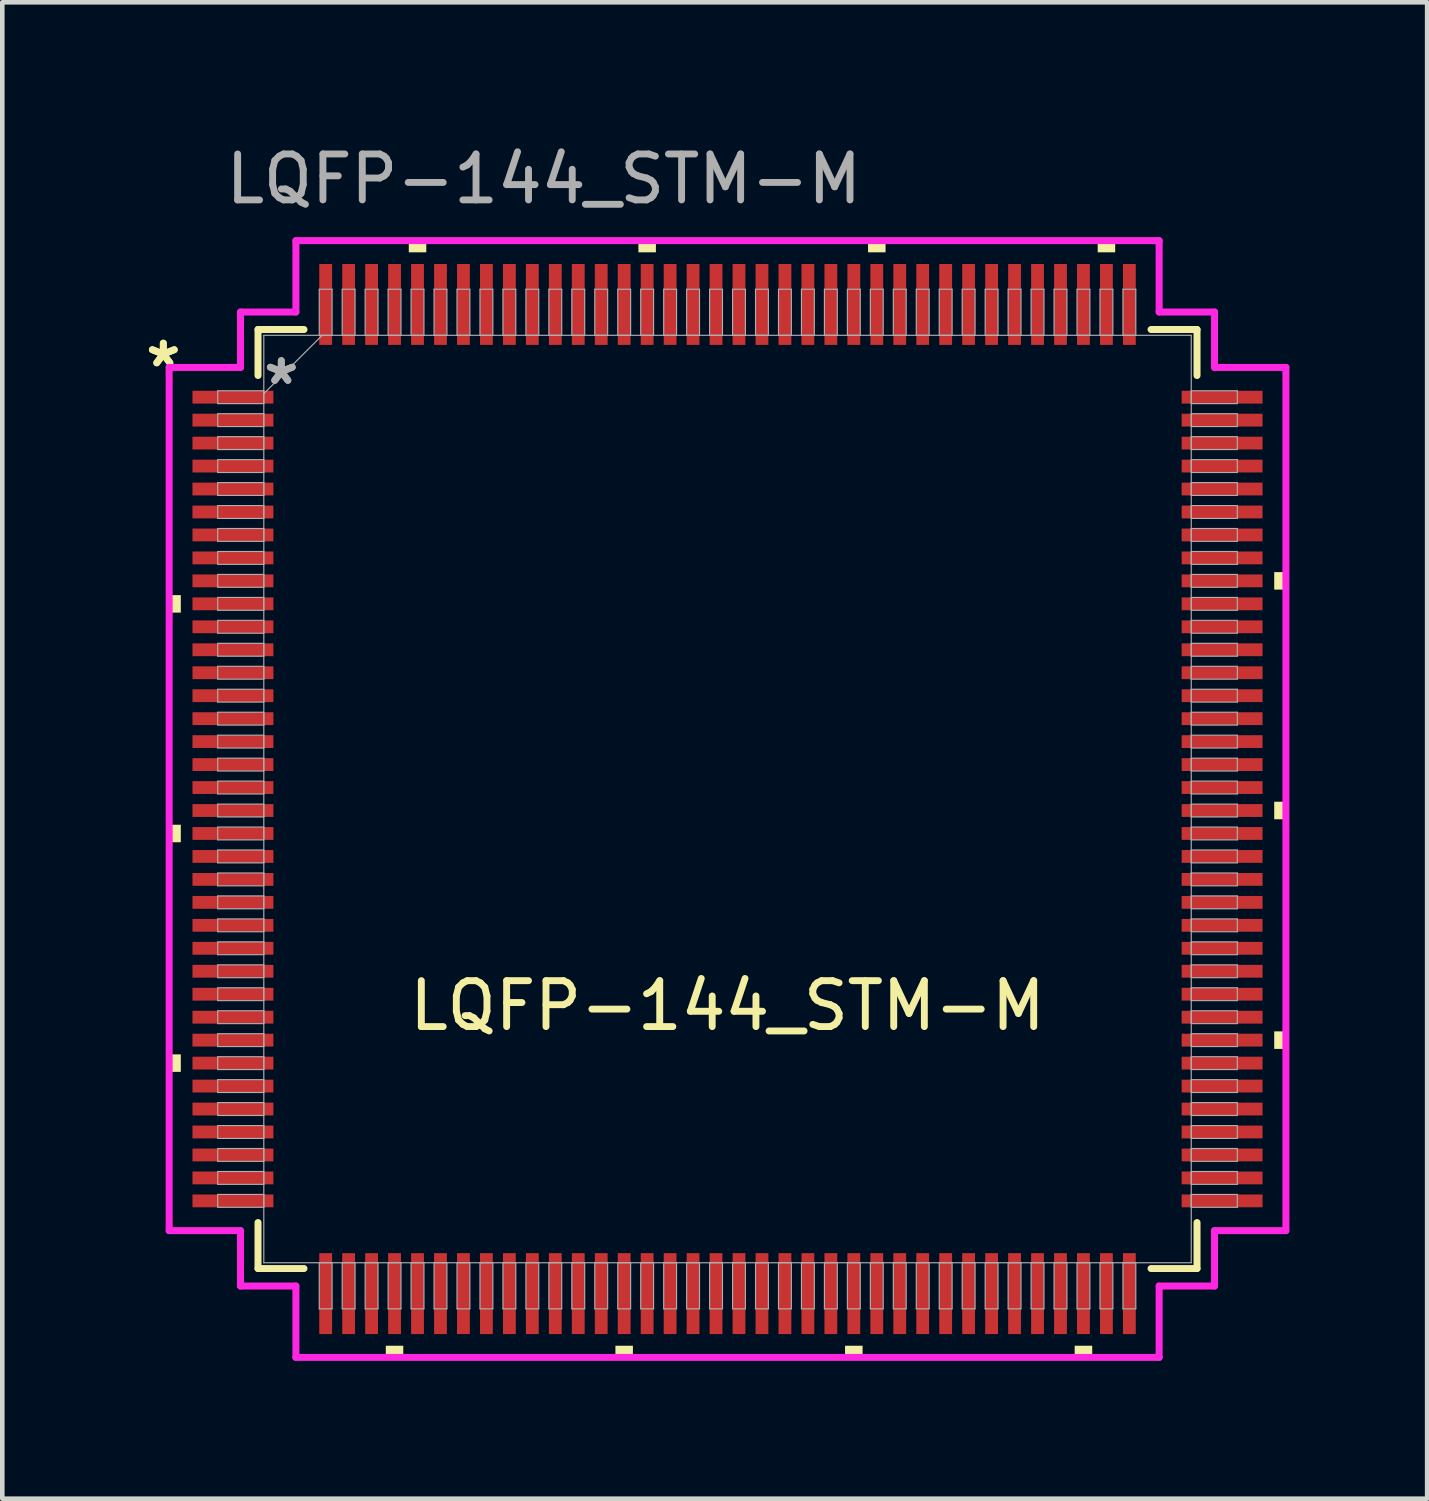
<source format=kicad_pcb>
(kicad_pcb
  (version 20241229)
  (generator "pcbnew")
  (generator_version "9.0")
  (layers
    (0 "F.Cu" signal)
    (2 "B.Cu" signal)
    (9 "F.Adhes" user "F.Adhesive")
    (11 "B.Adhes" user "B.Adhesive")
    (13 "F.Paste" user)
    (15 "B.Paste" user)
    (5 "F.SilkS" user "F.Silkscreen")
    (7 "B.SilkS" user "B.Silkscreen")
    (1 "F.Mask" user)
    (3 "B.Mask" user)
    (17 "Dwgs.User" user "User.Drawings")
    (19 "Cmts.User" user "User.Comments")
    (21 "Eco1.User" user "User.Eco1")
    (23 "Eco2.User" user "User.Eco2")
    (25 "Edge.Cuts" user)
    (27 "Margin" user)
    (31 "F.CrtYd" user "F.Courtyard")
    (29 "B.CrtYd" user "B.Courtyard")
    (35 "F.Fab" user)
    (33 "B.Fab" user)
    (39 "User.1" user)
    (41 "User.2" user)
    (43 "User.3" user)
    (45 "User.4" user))
  (footprint "LQFP-144_STM-M"
    (layer "F.Cu")
    (at 12.791 14.348)
    (property "Reference" "LQFP-144_STM-M" (at 0 4.5 0) (unlocked yes) (layer "F.SilkS") (effects (font (size 1 1) (thickness 0.15))))
    (attr smd)
    (fp_line (start -10.223 -10.223) (end -10.223 -9.222) (stroke (width 0.152) (type solid)) (layer "F.SilkS"))
    (fp_line (start -10.223 9.222) (end -10.223 10.223) (stroke (width 0.152) (type solid)) (layer "F.SilkS"))
    (fp_line (start -10.223 10.223) (end -9.222 10.223) (stroke (width 0.152) (type solid)) (layer "F.SilkS"))
    (fp_line (start -9.222 -10.223) (end -10.223 -10.223) (stroke (width 0.152) (type solid)) (layer "F.SilkS"))
    (fp_line (start 9.222 10.223) (end 10.223 10.223) (stroke (width 0.152) (type solid)) (layer "F.SilkS"))
    (fp_line (start 10.223 -10.223) (end 9.222 -10.223) (stroke (width 0.152) (type solid)) (layer "F.SilkS"))
    (fp_line (start 10.223 -9.222) (end 10.223 -10.223) (stroke (width 0.152) (type solid)) (layer "F.SilkS"))
    (fp_line (start 10.223 10.223) (end 10.223 9.222) (stroke (width 0.152) (type solid)) (layer "F.SilkS"))
    (fp_poly (pts (xy -12.158 -4.44) (xy -12.158 -4.059) (xy -11.904 -4.059) (xy -11.904 -4.44)) (stroke (width 0) (type solid)) (fill yes) (layer "F.SilkS"))
    (fp_poly (pts (xy -12.158 0.56) (xy -12.158 0.941) (xy -11.904 0.941) (xy -11.904 0.56)) (stroke (width 0) (type solid)) (fill yes) (layer "F.SilkS"))
    (fp_poly (pts (xy -12.158 5.56) (xy -12.158 5.941) (xy -11.904 5.941) (xy -11.904 5.56)) (stroke (width 0) (type solid)) (fill yes) (layer "F.SilkS"))
    (fp_poly (pts (xy -7.441 11.904) (xy -7.441 12.158) (xy -7.06 12.158) (xy -7.06 11.904)) (stroke (width 0) (type solid)) (fill yes) (layer "F.SilkS"))
    (fp_poly (pts (xy -6.94 -11.904) (xy -6.94 -12.158) (xy -6.559 -12.158) (xy -6.559 -11.904)) (stroke (width 0) (type solid)) (fill yes) (layer "F.SilkS"))
    (fp_poly (pts (xy -2.441 11.904) (xy -2.441 12.158) (xy -2.06 12.158) (xy -2.06 11.904)) (stroke (width 0) (type solid)) (fill yes) (layer "F.SilkS"))
    (fp_poly (pts (xy -1.94 -11.904) (xy -1.94 -12.158) (xy -1.559 -12.158) (xy -1.559 -11.904)) (stroke (width 0) (type solid)) (fill yes) (layer "F.SilkS"))
    (fp_poly (pts (xy 2.559 11.904) (xy 2.559 12.158) (xy 2.941 12.158) (xy 2.941 11.904)) (stroke (width 0) (type solid)) (fill yes) (layer "F.SilkS"))
    (fp_poly (pts (xy 3.06 -11.904) (xy 3.06 -12.158) (xy 3.441 -12.158) (xy 3.441 -11.904)) (stroke (width 0) (type solid)) (fill yes) (layer "F.SilkS"))
    (fp_poly (pts (xy 7.559 11.904) (xy 7.559 12.158) (xy 7.941 12.158) (xy 7.941 11.904)) (stroke (width 0) (type solid)) (fill yes) (layer "F.SilkS"))
    (fp_poly (pts (xy 8.06 -11.904) (xy 8.06 -12.158) (xy 8.441 -12.158) (xy 8.441 -11.904)) (stroke (width 0) (type solid)) (fill yes) (layer "F.SilkS"))
    (fp_poly (pts (xy 12.158 -4.941) (xy 12.158 -4.56) (xy 11.904 -4.56) (xy 11.904 -4.941)) (stroke (width 0) (type solid)) (fill yes) (layer "F.SilkS"))
    (fp_poly (pts (xy 12.158 0.059) (xy 12.158 0.441) (xy 11.904 0.441) (xy 11.904 0.059)) (stroke (width 0) (type solid)) (fill yes) (layer "F.SilkS"))
    (fp_poly (pts (xy 12.158 5.059) (xy 12.158 5.441) (xy 11.904 5.441) (xy 11.904 5.059)) (stroke (width 0) (type solid)) (fill yes) (layer "F.SilkS"))
    (fp_line (start -12.158 -9.398) (end -10.604 -9.398) (stroke (width 0.152) (type solid)) (layer "F.CrtYd"))
    (fp_line (start -12.158 9.398) (end -12.158 -9.398) (stroke (width 0.152) (type solid)) (layer "F.CrtYd"))
    (fp_line (start -10.604 -10.604) (end -9.398 -10.604) (stroke (width 0.152) (type solid)) (layer "F.CrtYd"))
    (fp_line (start -10.604 -9.398) (end -10.604 -10.604) (stroke (width 0.152) (type solid)) (layer "F.CrtYd"))
    (fp_line (start -10.604 9.398) (end -12.158 9.398) (stroke (width 0.152) (type solid)) (layer "F.CrtYd"))
    (fp_line (start -10.604 10.604) (end -10.604 9.398) (stroke (width 0.152) (type solid)) (layer "F.CrtYd"))
    (fp_line (start -10.604 10.604) (end -9.398 10.604) (stroke (width 0.152) (type solid)) (layer "F.CrtYd"))
    (fp_line (start -9.398 -12.158) (end 9.398 -12.158) (stroke (width 0.152) (type solid)) (layer "F.CrtYd"))
    (fp_line (start -9.398 -10.604) (end -9.398 -12.158) (stroke (width 0.152) (type solid)) (layer "F.CrtYd"))
    (fp_line (start -9.398 10.604) (end -9.398 12.158) (stroke (width 0.152) (type solid)) (layer "F.CrtYd"))
    (fp_line (start -9.398 12.158) (end 9.398 12.158) (stroke (width 0.152) (type solid)) (layer "F.CrtYd"))
    (fp_line (start 9.398 -12.158) (end 9.398 -10.604) (stroke (width 0.152) (type solid)) (layer "F.CrtYd"))
    (fp_line (start 9.398 -10.604) (end 10.604 -10.604) (stroke (width 0.152) (type solid)) (layer "F.CrtYd"))
    (fp_line (start 9.398 10.604) (end 10.604 10.604) (stroke (width 0.152) (type solid)) (layer "F.CrtYd"))
    (fp_line (start 9.398 12.158) (end 9.398 10.604) (stroke (width 0.152) (type solid)) (layer "F.CrtYd"))
    (fp_line (start 10.604 -9.398) (end 10.604 -10.604) (stroke (width 0.152) (type solid)) (layer "F.CrtYd"))
    (fp_line (start 10.604 9.398) (end 12.158 9.398) (stroke (width 0.152) (type solid)) (layer "F.CrtYd"))
    (fp_line (start 10.604 10.604) (end 10.604 9.398) (stroke (width 0.152) (type solid)) (layer "F.CrtYd"))
    (fp_line (start 12.158 -9.398) (end 10.604 -9.398) (stroke (width 0.152) (type solid)) (layer "F.CrtYd"))
    (fp_line (start 12.158 9.398) (end 12.158 -9.398) (stroke (width 0.152) (type solid)) (layer "F.CrtYd"))
    (fp_line (start -11.1 -8.89) (end -11.1 -8.61) (stroke (width 0.025) (type solid)) (layer "F.Fab"))
    (fp_line (start -11.1 -8.61) (end -10.097 -8.61) (stroke (width 0.025) (type solid)) (layer "F.Fab"))
    (fp_line (start -11.1 -8.39) (end -11.1 -8.11) (stroke (width 0.025) (type solid)) (layer "F.Fab"))
    (fp_line (start -11.1 -8.11) (end -10.097 -8.11) (stroke (width 0.025) (type solid)) (layer "F.Fab"))
    (fp_line (start -11.1 -7.89) (end -11.1 -7.61) (stroke (width 0.025) (type solid)) (layer "F.Fab"))
    (fp_line (start -11.1 -7.61) (end -10.097 -7.61) (stroke (width 0.025) (type solid)) (layer "F.Fab"))
    (fp_line (start -11.1 -7.39) (end -11.1 -7.11) (stroke (width 0.025) (type solid)) (layer "F.Fab"))
    (fp_line (start -11.1 -7.11) (end -10.097 -7.11) (stroke (width 0.025) (type solid)) (layer "F.Fab"))
    (fp_line (start -11.1 -6.89) (end -11.1 -6.61) (stroke (width 0.025) (type solid)) (layer "F.Fab"))
    (fp_line (start -11.1 -6.61) (end -10.097 -6.61) (stroke (width 0.025) (type solid)) (layer "F.Fab"))
    (fp_line (start -11.1 -6.39) (end -11.1 -6.11) (stroke (width 0.025) (type solid)) (layer "F.Fab"))
    (fp_line (start -11.1 -6.11) (end -10.097 -6.11) (stroke (width 0.025) (type solid)) (layer "F.Fab"))
    (fp_line (start -11.1 -5.89) (end -11.1 -5.61) (stroke (width 0.025) (type solid)) (layer "F.Fab"))
    (fp_line (start -11.1 -5.61) (end -10.097 -5.61) (stroke (width 0.025) (type solid)) (layer "F.Fab"))
    (fp_line (start -11.1 -5.39) (end -11.1 -5.11) (stroke (width 0.025) (type solid)) (layer "F.Fab"))
    (fp_line (start -11.1 -5.11) (end -10.097 -5.11) (stroke (width 0.025) (type solid)) (layer "F.Fab"))
    (fp_line (start -11.1 -4.89) (end -11.1 -4.61) (stroke (width 0.025) (type solid)) (layer "F.Fab"))
    (fp_line (start -11.1 -4.61) (end -10.097 -4.61) (stroke (width 0.025) (type solid)) (layer "F.Fab"))
    (fp_line (start -11.1 -4.39) (end -11.1 -4.11) (stroke (width 0.025) (type solid)) (layer "F.Fab"))
    (fp_line (start -11.1 -4.11) (end -10.097 -4.11) (stroke (width 0.025) (type solid)) (layer "F.Fab"))
    (fp_line (start -11.1 -3.89) (end -11.1 -3.61) (stroke (width 0.025) (type solid)) (layer "F.Fab"))
    (fp_line (start -11.1 -3.61) (end -10.097 -3.61) (stroke (width 0.025) (type solid)) (layer "F.Fab"))
    (fp_line (start -11.1 -3.39) (end -11.1 -3.11) (stroke (width 0.025) (type solid)) (layer "F.Fab"))
    (fp_line (start -11.1 -3.11) (end -10.097 -3.11) (stroke (width 0.025) (type solid)) (layer "F.Fab"))
    (fp_line (start -11.1 -2.89) (end -11.1 -2.61) (stroke (width 0.025) (type solid)) (layer "F.Fab"))
    (fp_line (start -11.1 -2.61) (end -10.097 -2.61) (stroke (width 0.025) (type solid)) (layer "F.Fab"))
    (fp_line (start -11.1 -2.39) (end -11.1 -2.11) (stroke (width 0.025) (type solid)) (layer "F.Fab"))
    (fp_line (start -11.1 -2.11) (end -10.097 -2.11) (stroke (width 0.025) (type solid)) (layer "F.Fab"))
    (fp_line (start -11.1 -1.89) (end -11.1 -1.61) (stroke (width 0.025) (type solid)) (layer "F.Fab"))
    (fp_line (start -11.1 -1.61) (end -10.097 -1.61) (stroke (width 0.025) (type solid)) (layer "F.Fab"))
    (fp_line (start -11.1 -1.39) (end -11.1 -1.11) (stroke (width 0.025) (type solid)) (layer "F.Fab"))
    (fp_line (start -11.1 -1.11) (end -10.097 -1.11) (stroke (width 0.025) (type solid)) (layer "F.Fab"))
    (fp_line (start -11.1 -0.89) (end -11.1 -0.61) (stroke (width 0.025) (type solid)) (layer "F.Fab"))
    (fp_line (start -11.1 -0.61) (end -10.097 -0.61) (stroke (width 0.025) (type solid)) (layer "F.Fab"))
    (fp_line (start -11.1 -0.39) (end -11.1 -0.11) (stroke (width 0.025) (type solid)) (layer "F.Fab"))
    (fp_line (start -11.1 -0.11) (end -10.097 -0.11) (stroke (width 0.025) (type solid)) (layer "F.Fab"))
    (fp_line (start -11.1 0.11) (end -11.1 0.39) (stroke (width 0.025) (type solid)) (layer "F.Fab"))
    (fp_line (start -11.1 0.39) (end -10.097 0.39) (stroke (width 0.025) (type solid)) (layer "F.Fab"))
    (fp_line (start -11.1 0.61) (end -11.1 0.89) (stroke (width 0.025) (type solid)) (layer "F.Fab"))
    (fp_line (start -11.1 0.89) (end -10.097 0.89) (stroke (width 0.025) (type solid)) (layer "F.Fab"))
    (fp_line (start -11.1 1.11) (end -11.1 1.39) (stroke (width 0.025) (type solid)) (layer "F.Fab"))
    (fp_line (start -11.1 1.39) (end -10.097 1.39) (stroke (width 0.025) (type solid)) (layer "F.Fab"))
    (fp_line (start -11.1 1.61) (end -11.1 1.89) (stroke (width 0.025) (type solid)) (layer "F.Fab"))
    (fp_line (start -11.1 1.89) (end -10.097 1.89) (stroke (width 0.025) (type solid)) (layer "F.Fab"))
    (fp_line (start -11.1 2.11) (end -11.1 2.39) (stroke (width 0.025) (type solid)) (layer "F.Fab"))
    (fp_line (start -11.1 2.39) (end -10.097 2.39) (stroke (width 0.025) (type solid)) (layer "F.Fab"))
    (fp_line (start -11.1 2.61) (end -11.1 2.89) (stroke (width 0.025) (type solid)) (layer "F.Fab"))
    (fp_line (start -11.1 2.89) (end -10.097 2.89) (stroke (width 0.025) (type solid)) (layer "F.Fab"))
    (fp_line (start -11.1 3.11) (end -11.1 3.39) (stroke (width 0.025) (type solid)) (layer "F.Fab"))
    (fp_line (start -11.1 3.39) (end -10.097 3.39) (stroke (width 0.025) (type solid)) (layer "F.Fab"))
    (fp_line (start -11.1 3.61) (end -11.1 3.89) (stroke (width 0.025) (type solid)) (layer "F.Fab"))
    (fp_line (start -11.1 3.89) (end -10.097 3.89) (stroke (width 0.025) (type solid)) (layer "F.Fab"))
    (fp_line (start -11.1 4.11) (end -11.1 4.39) (stroke (width 0.025) (type solid)) (layer "F.Fab"))
    (fp_line (start -11.1 4.39) (end -10.097 4.39) (stroke (width 0.025) (type solid)) (layer "F.Fab"))
    (fp_line (start -11.1 4.61) (end -11.1 4.89) (stroke (width 0.025) (type solid)) (layer "F.Fab"))
    (fp_line (start -11.1 4.89) (end -10.097 4.89) (stroke (width 0.025) (type solid)) (layer "F.Fab"))
    (fp_line (start -11.1 5.11) (end -11.1 5.39) (stroke (width 0.025) (type solid)) (layer "F.Fab"))
    (fp_line (start -11.1 5.39) (end -10.097 5.39) (stroke (width 0.025) (type solid)) (layer "F.Fab"))
    (fp_line (start -11.1 5.61) (end -11.1 5.89) (stroke (width 0.025) (type solid)) (layer "F.Fab"))
    (fp_line (start -11.1 5.89) (end -10.097 5.89) (stroke (width 0.025) (type solid)) (layer "F.Fab"))
    (fp_line (start -11.1 6.11) (end -11.1 6.39) (stroke (width 0.025) (type solid)) (layer "F.Fab"))
    (fp_line (start -11.1 6.39) (end -10.097 6.39) (stroke (width 0.025) (type solid)) (layer "F.Fab"))
    (fp_line (start -11.1 6.61) (end -11.1 6.89) (stroke (width 0.025) (type solid)) (layer "F.Fab"))
    (fp_line (start -11.1 6.89) (end -10.097 6.89) (stroke (width 0.025) (type solid)) (layer "F.Fab"))
    (fp_line (start -11.1 7.11) (end -11.1 7.39) (stroke (width 0.025) (type solid)) (layer "F.Fab"))
    (fp_line (start -11.1 7.39) (end -10.097 7.39) (stroke (width 0.025) (type solid)) (layer "F.Fab"))
    (fp_line (start -11.1 7.61) (end -11.1 7.89) (stroke (width 0.025) (type solid)) (layer "F.Fab"))
    (fp_line (start -11.1 7.89) (end -10.097 7.89) (stroke (width 0.025) (type solid)) (layer "F.Fab"))
    (fp_line (start -11.1 8.11) (end -11.1 8.39) (stroke (width 0.025) (type solid)) (layer "F.Fab"))
    (fp_line (start -11.1 8.39) (end -10.097 8.39) (stroke (width 0.025) (type solid)) (layer "F.Fab"))
    (fp_line (start -11.1 8.61) (end -11.1 8.89) (stroke (width 0.025) (type solid)) (layer "F.Fab"))
    (fp_line (start -11.1 8.89) (end -10.097 8.89) (stroke (width 0.025) (type solid)) (layer "F.Fab"))
    (fp_line (start -10.097 -10.097) (end -10.097 10.097) (stroke (width 0.025) (type solid)) (layer "F.Fab"))
    (fp_line (start -10.097 -8.89) (end -11.1 -8.89) (stroke (width 0.025) (type solid)) (layer "F.Fab"))
    (fp_line (start -10.097 -8.826) (end -8.826 -10.097) (stroke (width 0.025) (type solid)) (layer "F.Fab"))
    (fp_line (start -10.097 -8.61) (end -10.097 -8.89) (stroke (width 0.025) (type solid)) (layer "F.Fab"))
    (fp_line (start -10.097 -8.39) (end -11.1 -8.39) (stroke (width 0.025) (type solid)) (layer "F.Fab"))
    (fp_line (start -10.097 -8.11) (end -10.097 -8.39) (stroke (width 0.025) (type solid)) (layer "F.Fab"))
    (fp_line (start -10.097 -7.89) (end -11.1 -7.89) (stroke (width 0.025) (type solid)) (layer "F.Fab"))
    (fp_line (start -10.097 -7.61) (end -10.097 -7.89) (stroke (width 0.025) (type solid)) (layer "F.Fab"))
    (fp_line (start -10.097 -7.39) (end -11.1 -7.39) (stroke (width 0.025) (type solid)) (layer "F.Fab"))
    (fp_line (start -10.097 -7.11) (end -10.097 -7.39) (stroke (width 0.025) (type solid)) (layer "F.Fab"))
    (fp_line (start -10.097 -6.89) (end -11.1 -6.89) (stroke (width 0.025) (type solid)) (layer "F.Fab"))
    (fp_line (start -10.097 -6.61) (end -10.097 -6.89) (stroke (width 0.025) (type solid)) (layer "F.Fab"))
    (fp_line (start -10.097 -6.39) (end -11.1 -6.39) (stroke (width 0.025) (type solid)) (layer "F.Fab"))
    (fp_line (start -10.097 -6.11) (end -10.097 -6.39) (stroke (width 0.025) (type solid)) (layer "F.Fab"))
    (fp_line (start -10.097 -5.89) (end -11.1 -5.89) (stroke (width 0.025) (type solid)) (layer "F.Fab"))
    (fp_line (start -10.097 -5.61) (end -10.097 -5.89) (stroke (width 0.025) (type solid)) (layer "F.Fab"))
    (fp_line (start -10.097 -5.39) (end -11.1 -5.39) (stroke (width 0.025) (type solid)) (layer "F.Fab"))
    (fp_line (start -10.097 -5.11) (end -10.097 -5.39) (stroke (width 0.025) (type solid)) (layer "F.Fab"))
    (fp_line (start -10.097 -4.89) (end -11.1 -4.89) (stroke (width 0.025) (type solid)) (layer "F.Fab"))
    (fp_line (start -10.097 -4.61) (end -10.097 -4.89) (stroke (width 0.025) (type solid)) (layer "F.Fab"))
    (fp_line (start -10.097 -4.39) (end -11.1 -4.39) (stroke (width 0.025) (type solid)) (layer "F.Fab"))
    (fp_line (start -10.097 -4.11) (end -10.097 -4.39) (stroke (width 0.025) (type solid)) (layer "F.Fab"))
    (fp_line (start -10.097 -3.89) (end -11.1 -3.89) (stroke (width 0.025) (type solid)) (layer "F.Fab"))
    (fp_line (start -10.097 -3.61) (end -10.097 -3.89) (stroke (width 0.025) (type solid)) (layer "F.Fab"))
    (fp_line (start -10.097 -3.39) (end -11.1 -3.39) (stroke (width 0.025) (type solid)) (layer "F.Fab"))
    (fp_line (start -10.097 -3.11) (end -10.097 -3.39) (stroke (width 0.025) (type solid)) (layer "F.Fab"))
    (fp_line (start -10.097 -2.89) (end -11.1 -2.89) (stroke (width 0.025) (type solid)) (layer "F.Fab"))
    (fp_line (start -10.097 -2.61) (end -10.097 -2.89) (stroke (width 0.025) (type solid)) (layer "F.Fab"))
    (fp_line (start -10.097 -2.39) (end -11.1 -2.39) (stroke (width 0.025) (type solid)) (layer "F.Fab"))
    (fp_line (start -10.097 -2.11) (end -10.097 -2.39) (stroke (width 0.025) (type solid)) (layer "F.Fab"))
    (fp_line (start -10.097 -1.89) (end -11.1 -1.89) (stroke (width 0.025) (type solid)) (layer "F.Fab"))
    (fp_line (start -10.097 -1.61) (end -10.097 -1.89) (stroke (width 0.025) (type solid)) (layer "F.Fab"))
    (fp_line (start -10.097 -1.39) (end -11.1 -1.39) (stroke (width 0.025) (type solid)) (layer "F.Fab"))
    (fp_line (start -10.097 -1.11) (end -10.097 -1.39) (stroke (width 0.025) (type solid)) (layer "F.Fab"))
    (fp_line (start -10.097 -0.89) (end -11.1 -0.89) (stroke (width 0.025) (type solid)) (layer "F.Fab"))
    (fp_line (start -10.097 -0.61) (end -10.097 -0.89) (stroke (width 0.025) (type solid)) (layer "F.Fab"))
    (fp_line (start -10.097 -0.39) (end -11.1 -0.39) (stroke (width 0.025) (type solid)) (layer "F.Fab"))
    (fp_line (start -10.097 -0.11) (end -10.097 -0.39) (stroke (width 0.025) (type solid)) (layer "F.Fab"))
    (fp_line (start -10.097 0.11) (end -11.1 0.11) (stroke (width 0.025) (type solid)) (layer "F.Fab"))
    (fp_line (start -10.097 0.39) (end -10.097 0.11) (stroke (width 0.025) (type solid)) (layer "F.Fab"))
    (fp_line (start -10.097 0.61) (end -11.1 0.61) (stroke (width 0.025) (type solid)) (layer "F.Fab"))
    (fp_line (start -10.097 0.89) (end -10.097 0.61) (stroke (width 0.025) (type solid)) (layer "F.Fab"))
    (fp_line (start -10.097 1.11) (end -11.1 1.11) (stroke (width 0.025) (type solid)) (layer "F.Fab"))
    (fp_line (start -10.097 1.39) (end -10.097 1.11) (stroke (width 0.025) (type solid)) (layer "F.Fab"))
    (fp_line (start -10.097 1.61) (end -11.1 1.61) (stroke (width 0.025) (type solid)) (layer "F.Fab"))
    (fp_line (start -10.097 1.89) (end -10.097 1.61) (stroke (width 0.025) (type solid)) (layer "F.Fab"))
    (fp_line (start -10.097 2.11) (end -11.1 2.11) (stroke (width 0.025) (type solid)) (layer "F.Fab"))
    (fp_line (start -10.097 2.39) (end -10.097 2.11) (stroke (width 0.025) (type solid)) (layer "F.Fab"))
    (fp_line (start -10.097 2.61) (end -11.1 2.61) (stroke (width 0.025) (type solid)) (layer "F.Fab"))
    (fp_line (start -10.097 2.89) (end -10.097 2.61) (stroke (width 0.025) (type solid)) (layer "F.Fab"))
    (fp_line (start -10.097 3.11) (end -11.1 3.11) (stroke (width 0.025) (type solid)) (layer "F.Fab"))
    (fp_line (start -10.097 3.39) (end -10.097 3.11) (stroke (width 0.025) (type solid)) (layer "F.Fab"))
    (fp_line (start -10.097 3.61) (end -11.1 3.61) (stroke (width 0.025) (type solid)) (layer "F.Fab"))
    (fp_line (start -10.097 3.89) (end -10.097 3.61) (stroke (width 0.025) (type solid)) (layer "F.Fab"))
    (fp_line (start -10.097 4.11) (end -11.1 4.11) (stroke (width 0.025) (type solid)) (layer "F.Fab"))
    (fp_line (start -10.097 4.39) (end -10.097 4.11) (stroke (width 0.025) (type solid)) (layer "F.Fab"))
    (fp_line (start -10.097 4.61) (end -11.1 4.61) (stroke (width 0.025) (type solid)) (layer "F.Fab"))
    (fp_line (start -10.097 4.89) (end -10.097 4.61) (stroke (width 0.025) (type solid)) (layer "F.Fab"))
    (fp_line (start -10.097 5.11) (end -11.1 5.11) (stroke (width 0.025) (type solid)) (layer "F.Fab"))
    (fp_line (start -10.097 5.39) (end -10.097 5.11) (stroke (width 0.025) (type solid)) (layer "F.Fab"))
    (fp_line (start -10.097 5.61) (end -11.1 5.61) (stroke (width 0.025) (type solid)) (layer "F.Fab"))
    (fp_line (start -10.097 5.89) (end -10.097 5.61) (stroke (width 0.025) (type solid)) (layer "F.Fab"))
    (fp_line (start -10.097 6.11) (end -11.1 6.11) (stroke (width 0.025) (type solid)) (layer "F.Fab"))
    (fp_line (start -10.097 6.39) (end -10.097 6.11) (stroke (width 0.025) (type solid)) (layer "F.Fab"))
    (fp_line (start -10.097 6.61) (end -11.1 6.61) (stroke (width 0.025) (type solid)) (layer "F.Fab"))
    (fp_line (start -10.097 6.89) (end -10.097 6.61) (stroke (width 0.025) (type solid)) (layer "F.Fab"))
    (fp_line (start -10.097 7.11) (end -11.1 7.11) (stroke (width 0.025) (type solid)) (layer "F.Fab"))
    (fp_line (start -10.097 7.39) (end -10.097 7.11) (stroke (width 0.025) (type solid)) (layer "F.Fab"))
    (fp_line (start -10.097 7.61) (end -11.1 7.61) (stroke (width 0.025) (type solid)) (layer "F.Fab"))
    (fp_line (start -10.097 7.89) (end -10.097 7.61) (stroke (width 0.025) (type solid)) (layer "F.Fab"))
    (fp_line (start -10.097 8.11) (end -11.1 8.11) (stroke (width 0.025) (type solid)) (layer "F.Fab"))
    (fp_line (start -10.097 8.39) (end -10.097 8.11) (stroke (width 0.025) (type solid)) (layer "F.Fab"))
    (fp_line (start -10.097 8.61) (end -11.1 8.61) (stroke (width 0.025) (type solid)) (layer "F.Fab"))
    (fp_line (start -10.097 8.89) (end -10.097 8.61) (stroke (width 0.025) (type solid)) (layer "F.Fab"))
    (fp_line (start -10.097 10.097) (end 10.097 10.097) (stroke (width 0.025) (type solid)) (layer "F.Fab"))
    (fp_line (start -8.89 -11.1) (end -8.89 -10.097) (stroke (width 0.025) (type solid)) (layer "F.Fab"))
    (fp_line (start -8.89 -10.097) (end -8.61 -10.097) (stroke (width 0.025) (type solid)) (layer "F.Fab"))
    (fp_line (start -8.89 10.097) (end -8.89 11.1) (stroke (width 0.025) (type solid)) (layer "F.Fab"))
    (fp_line (start -8.89 11.1) (end -8.61 11.1) (stroke (width 0.025) (type solid)) (layer "F.Fab"))
    (fp_line (start -8.61 -11.1) (end -8.89 -11.1) (stroke (width 0.025) (type solid)) (layer "F.Fab"))
    (fp_line (start -8.61 -10.097) (end -8.61 -11.1) (stroke (width 0.025) (type solid)) (layer "F.Fab"))
    (fp_line (start -8.61 10.097) (end -8.89 10.097) (stroke (width 0.025) (type solid)) (layer "F.Fab"))
    (fp_line (start -8.61 11.1) (end -8.61 10.097) (stroke (width 0.025) (type solid)) (layer "F.Fab"))
    (fp_line (start -8.39 -11.1) (end -8.39 -10.097) (stroke (width 0.025) (type solid)) (layer "F.Fab"))
    (fp_line (start -8.39 -10.097) (end -8.11 -10.097) (stroke (width 0.025) (type solid)) (layer "F.Fab"))
    (fp_line (start -8.39 10.097) (end -8.39 11.1) (stroke (width 0.025) (type solid)) (layer "F.Fab"))
    (fp_line (start -8.39 11.1) (end -8.11 11.1) (stroke (width 0.025) (type solid)) (layer "F.Fab"))
    (fp_line (start -8.11 -11.1) (end -8.39 -11.1) (stroke (width 0.025) (type solid)) (layer "F.Fab"))
    (fp_line (start -8.11 -10.097) (end -8.11 -11.1) (stroke (width 0.025) (type solid)) (layer "F.Fab"))
    (fp_line (start -8.11 10.097) (end -8.39 10.097) (stroke (width 0.025) (type solid)) (layer "F.Fab"))
    (fp_line (start -8.11 11.1) (end -8.11 10.097) (stroke (width 0.025) (type solid)) (layer "F.Fab"))
    (fp_line (start -7.89 -11.1) (end -7.89 -10.097) (stroke (width 0.025) (type solid)) (layer "F.Fab"))
    (fp_line (start -7.89 -10.097) (end -7.61 -10.097) (stroke (width 0.025) (type solid)) (layer "F.Fab"))
    (fp_line (start -7.89 10.097) (end -7.89 11.1) (stroke (width 0.025) (type solid)) (layer "F.Fab"))
    (fp_line (start -7.89 11.1) (end -7.61 11.1) (stroke (width 0.025) (type solid)) (layer "F.Fab"))
    (fp_line (start -7.61 -11.1) (end -7.89 -11.1) (stroke (width 0.025) (type solid)) (layer "F.Fab"))
    (fp_line (start -7.61 -10.097) (end -7.61 -11.1) (stroke (width 0.025) (type solid)) (layer "F.Fab"))
    (fp_line (start -7.61 10.097) (end -7.89 10.097) (stroke (width 0.025) (type solid)) (layer "F.Fab"))
    (fp_line (start -7.61 11.1) (end -7.61 10.097) (stroke (width 0.025) (type solid)) (layer "F.Fab"))
    (fp_line (start -7.39 -11.1) (end -7.39 -10.097) (stroke (width 0.025) (type solid)) (layer "F.Fab"))
    (fp_line (start -7.39 -10.097) (end -7.11 -10.097) (stroke (width 0.025) (type solid)) (layer "F.Fab"))
    (fp_line (start -7.39 10.097) (end -7.39 11.1) (stroke (width 0.025) (type solid)) (layer "F.Fab"))
    (fp_line (start -7.39 11.1) (end -7.11 11.1) (stroke (width 0.025) (type solid)) (layer "F.Fab"))
    (fp_line (start -7.11 -11.1) (end -7.39 -11.1) (stroke (width 0.025) (type solid)) (layer "F.Fab"))
    (fp_line (start -7.11 -10.097) (end -7.11 -11.1) (stroke (width 0.025) (type solid)) (layer "F.Fab"))
    (fp_line (start -7.11 10.097) (end -7.39 10.097) (stroke (width 0.025) (type solid)) (layer "F.Fab"))
    (fp_line (start -7.11 11.1) (end -7.11 10.097) (stroke (width 0.025) (type solid)) (layer "F.Fab"))
    (fp_line (start -6.89 -11.1) (end -6.89 -10.097) (stroke (width 0.025) (type solid)) (layer "F.Fab"))
    (fp_line (start -6.89 -10.097) (end -6.61 -10.097) (stroke (width 0.025) (type solid)) (layer "F.Fab"))
    (fp_line (start -6.89 10.097) (end -6.89 11.1) (stroke (width 0.025) (type solid)) (layer "F.Fab"))
    (fp_line (start -6.89 11.1) (end -6.61 11.1) (stroke (width 0.025) (type solid)) (layer "F.Fab"))
    (fp_line (start -6.61 -11.1) (end -6.89 -11.1) (stroke (width 0.025) (type solid)) (layer "F.Fab"))
    (fp_line (start -6.61 -10.097) (end -6.61 -11.1) (stroke (width 0.025) (type solid)) (layer "F.Fab"))
    (fp_line (start -6.61 10.097) (end -6.89 10.097) (stroke (width 0.025) (type solid)) (layer "F.Fab"))
    (fp_line (start -6.61 11.1) (end -6.61 10.097) (stroke (width 0.025) (type solid)) (layer "F.Fab"))
    (fp_line (start -6.39 -11.1) (end -6.39 -10.097) (stroke (width 0.025) (type solid)) (layer "F.Fab"))
    (fp_line (start -6.39 -10.097) (end -6.11 -10.097) (stroke (width 0.025) (type solid)) (layer "F.Fab"))
    (fp_line (start -6.39 10.097) (end -6.39 11.1) (stroke (width 0.025) (type solid)) (layer "F.Fab"))
    (fp_line (start -6.39 11.1) (end -6.11 11.1) (stroke (width 0.025) (type solid)) (layer "F.Fab"))
    (fp_line (start -6.11 -11.1) (end -6.39 -11.1) (stroke (width 0.025) (type solid)) (layer "F.Fab"))
    (fp_line (start -6.11 -10.097) (end -6.11 -11.1) (stroke (width 0.025) (type solid)) (layer "F.Fab"))
    (fp_line (start -6.11 10.097) (end -6.39 10.097) (stroke (width 0.025) (type solid)) (layer "F.Fab"))
    (fp_line (start -6.11 11.1) (end -6.11 10.097) (stroke (width 0.025) (type solid)) (layer "F.Fab"))
    (fp_line (start -5.89 -11.1) (end -5.89 -10.097) (stroke (width 0.025) (type solid)) (layer "F.Fab"))
    (fp_line (start -5.89 -10.097) (end -5.61 -10.097) (stroke (width 0.025) (type solid)) (layer "F.Fab"))
    (fp_line (start -5.89 10.097) (end -5.89 11.1) (stroke (width 0.025) (type solid)) (layer "F.Fab"))
    (fp_line (start -5.89 11.1) (end -5.61 11.1) (stroke (width 0.025) (type solid)) (layer "F.Fab"))
    (fp_line (start -5.61 -11.1) (end -5.89 -11.1) (stroke (width 0.025) (type solid)) (layer "F.Fab"))
    (fp_line (start -5.61 -10.097) (end -5.61 -11.1) (stroke (width 0.025) (type solid)) (layer "F.Fab"))
    (fp_line (start -5.61 10.097) (end -5.89 10.097) (stroke (width 0.025) (type solid)) (layer "F.Fab"))
    (fp_line (start -5.61 11.1) (end -5.61 10.097) (stroke (width 0.025) (type solid)) (layer "F.Fab"))
    (fp_line (start -5.39 -11.1) (end -5.39 -10.097) (stroke (width 0.025) (type solid)) (layer "F.Fab"))
    (fp_line (start -5.39 -10.097) (end -5.11 -10.097) (stroke (width 0.025) (type solid)) (layer "F.Fab"))
    (fp_line (start -5.39 10.097) (end -5.39 11.1) (stroke (width 0.025) (type solid)) (layer "F.Fab"))
    (fp_line (start -5.39 11.1) (end -5.11 11.1) (stroke (width 0.025) (type solid)) (layer "F.Fab"))
    (fp_line (start -5.11 -11.1) (end -5.39 -11.1) (stroke (width 0.025) (type solid)) (layer "F.Fab"))
    (fp_line (start -5.11 -10.097) (end -5.11 -11.1) (stroke (width 0.025) (type solid)) (layer "F.Fab"))
    (fp_line (start -5.11 10.097) (end -5.39 10.097) (stroke (width 0.025) (type solid)) (layer "F.Fab"))
    (fp_line (start -5.11 11.1) (end -5.11 10.097) (stroke (width 0.025) (type solid)) (layer "F.Fab"))
    (fp_line (start -4.89 -11.1) (end -4.89 -10.097) (stroke (width 0.025) (type solid)) (layer "F.Fab"))
    (fp_line (start -4.89 -10.097) (end -4.61 -10.097) (stroke (width 0.025) (type solid)) (layer "F.Fab"))
    (fp_line (start -4.89 10.097) (end -4.89 11.1) (stroke (width 0.025) (type solid)) (layer "F.Fab"))
    (fp_line (start -4.89 11.1) (end -4.61 11.1) (stroke (width 0.025) (type solid)) (layer "F.Fab"))
    (fp_line (start -4.61 -11.1) (end -4.89 -11.1) (stroke (width 0.025) (type solid)) (layer "F.Fab"))
    (fp_line (start -4.61 -10.097) (end -4.61 -11.1) (stroke (width 0.025) (type solid)) (layer "F.Fab"))
    (fp_line (start -4.61 10.097) (end -4.89 10.097) (stroke (width 0.025) (type solid)) (layer "F.Fab"))
    (fp_line (start -4.61 11.1) (end -4.61 10.097) (stroke (width 0.025) (type solid)) (layer "F.Fab"))
    (fp_line (start -4.39 -11.1) (end -4.39 -10.097) (stroke (width 0.025) (type solid)) (layer "F.Fab"))
    (fp_line (start -4.39 -10.097) (end -4.11 -10.097) (stroke (width 0.025) (type solid)) (layer "F.Fab"))
    (fp_line (start -4.39 10.097) (end -4.39 11.1) (stroke (width 0.025) (type solid)) (layer "F.Fab"))
    (fp_line (start -4.39 11.1) (end -4.11 11.1) (stroke (width 0.025) (type solid)) (layer "F.Fab"))
    (fp_line (start -4.11 -11.1) (end -4.39 -11.1) (stroke (width 0.025) (type solid)) (layer "F.Fab"))
    (fp_line (start -4.11 -10.097) (end -4.11 -11.1) (stroke (width 0.025) (type solid)) (layer "F.Fab"))
    (fp_line (start -4.11 10.097) (end -4.39 10.097) (stroke (width 0.025) (type solid)) (layer "F.Fab"))
    (fp_line (start -4.11 11.1) (end -4.11 10.097) (stroke (width 0.025) (type solid)) (layer "F.Fab"))
    (fp_line (start -3.89 -11.1) (end -3.89 -10.097) (stroke (width 0.025) (type solid)) (layer "F.Fab"))
    (fp_line (start -3.89 -10.097) (end -3.61 -10.097) (stroke (width 0.025) (type solid)) (layer "F.Fab"))
    (fp_line (start -3.89 10.097) (end -3.89 11.1) (stroke (width 0.025) (type solid)) (layer "F.Fab"))
    (fp_line (start -3.89 11.1) (end -3.61 11.1) (stroke (width 0.025) (type solid)) (layer "F.Fab"))
    (fp_line (start -3.61 -11.1) (end -3.89 -11.1) (stroke (width 0.025) (type solid)) (layer "F.Fab"))
    (fp_line (start -3.61 -10.097) (end -3.61 -11.1) (stroke (width 0.025) (type solid)) (layer "F.Fab"))
    (fp_line (start -3.61 10.097) (end -3.89 10.097) (stroke (width 0.025) (type solid)) (layer "F.Fab"))
    (fp_line (start -3.61 11.1) (end -3.61 10.097) (stroke (width 0.025) (type solid)) (layer "F.Fab"))
    (fp_line (start -3.39 -11.1) (end -3.39 -10.097) (stroke (width 0.025) (type solid)) (layer "F.Fab"))
    (fp_line (start -3.39 -10.097) (end -3.11 -10.097) (stroke (width 0.025) (type solid)) (layer "F.Fab"))
    (fp_line (start -3.39 10.097) (end -3.39 11.1) (stroke (width 0.025) (type solid)) (layer "F.Fab"))
    (fp_line (start -3.39 11.1) (end -3.11 11.1) (stroke (width 0.025) (type solid)) (layer "F.Fab"))
    (fp_line (start -3.11 -11.1) (end -3.39 -11.1) (stroke (width 0.025) (type solid)) (layer "F.Fab"))
    (fp_line (start -3.11 -10.097) (end -3.11 -11.1) (stroke (width 0.025) (type solid)) (layer "F.Fab"))
    (fp_line (start -3.11 10.097) (end -3.39 10.097) (stroke (width 0.025) (type solid)) (layer "F.Fab"))
    (fp_line (start -3.11 11.1) (end -3.11 10.097) (stroke (width 0.025) (type solid)) (layer "F.Fab"))
    (fp_line (start -2.89 -11.1) (end -2.89 -10.097) (stroke (width 0.025) (type solid)) (layer "F.Fab"))
    (fp_line (start -2.89 -10.097) (end -2.61 -10.097) (stroke (width 0.025) (type solid)) (layer "F.Fab"))
    (fp_line (start -2.89 10.097) (end -2.89 11.1) (stroke (width 0.025) (type solid)) (layer "F.Fab"))
    (fp_line (start -2.89 11.1) (end -2.61 11.1) (stroke (width 0.025) (type solid)) (layer "F.Fab"))
    (fp_line (start -2.61 -11.1) (end -2.89 -11.1) (stroke (width 0.025) (type solid)) (layer "F.Fab"))
    (fp_line (start -2.61 -10.097) (end -2.61 -11.1) (stroke (width 0.025) (type solid)) (layer "F.Fab"))
    (fp_line (start -2.61 10.097) (end -2.89 10.097) (stroke (width 0.025) (type solid)) (layer "F.Fab"))
    (fp_line (start -2.61 11.1) (end -2.61 10.097) (stroke (width 0.025) (type solid)) (layer "F.Fab"))
    (fp_line (start -2.39 -11.1) (end -2.39 -10.097) (stroke (width 0.025) (type solid)) (layer "F.Fab"))
    (fp_line (start -2.39 -10.097) (end -2.11 -10.097) (stroke (width 0.025) (type solid)) (layer "F.Fab"))
    (fp_line (start -2.39 10.097) (end -2.39 11.1) (stroke (width 0.025) (type solid)) (layer "F.Fab"))
    (fp_line (start -2.39 11.1) (end -2.11 11.1) (stroke (width 0.025) (type solid)) (layer "F.Fab"))
    (fp_line (start -2.11 -11.1) (end -2.39 -11.1) (stroke (width 0.025) (type solid)) (layer "F.Fab"))
    (fp_line (start -2.11 -10.097) (end -2.11 -11.1) (stroke (width 0.025) (type solid)) (layer "F.Fab"))
    (fp_line (start -2.11 10.097) (end -2.39 10.097) (stroke (width 0.025) (type solid)) (layer "F.Fab"))
    (fp_line (start -2.11 11.1) (end -2.11 10.097) (stroke (width 0.025) (type solid)) (layer "F.Fab"))
    (fp_line (start -1.89 -11.1) (end -1.89 -10.097) (stroke (width 0.025) (type solid)) (layer "F.Fab"))
    (fp_line (start -1.89 -10.097) (end -1.61 -10.097) (stroke (width 0.025) (type solid)) (layer "F.Fab"))
    (fp_line (start -1.89 10.097) (end -1.89 11.1) (stroke (width 0.025) (type solid)) (layer "F.Fab"))
    (fp_line (start -1.89 11.1) (end -1.61 11.1) (stroke (width 0.025) (type solid)) (layer "F.Fab"))
    (fp_line (start -1.61 -11.1) (end -1.89 -11.1) (stroke (width 0.025) (type solid)) (layer "F.Fab"))
    (fp_line (start -1.61 -10.097) (end -1.61 -11.1) (stroke (width 0.025) (type solid)) (layer "F.Fab"))
    (fp_line (start -1.61 10.097) (end -1.89 10.097) (stroke (width 0.025) (type solid)) (layer "F.Fab"))
    (fp_line (start -1.61 11.1) (end -1.61 10.097) (stroke (width 0.025) (type solid)) (layer "F.Fab"))
    (fp_line (start -1.39 -11.1) (end -1.39 -10.097) (stroke (width 0.025) (type solid)) (layer "F.Fab"))
    (fp_line (start -1.39 -10.097) (end -1.11 -10.097) (stroke (width 0.025) (type solid)) (layer "F.Fab"))
    (fp_line (start -1.39 10.097) (end -1.39 11.1) (stroke (width 0.025) (type solid)) (layer "F.Fab"))
    (fp_line (start -1.39 11.1) (end -1.11 11.1) (stroke (width 0.025) (type solid)) (layer "F.Fab"))
    (fp_line (start -1.11 -11.1) (end -1.39 -11.1) (stroke (width 0.025) (type solid)) (layer "F.Fab"))
    (fp_line (start -1.11 -10.097) (end -1.11 -11.1) (stroke (width 0.025) (type solid)) (layer "F.Fab"))
    (fp_line (start -1.11 10.097) (end -1.39 10.097) (stroke (width 0.025) (type solid)) (layer "F.Fab"))
    (fp_line (start -1.11 11.1) (end -1.11 10.097) (stroke (width 0.025) (type solid)) (layer "F.Fab"))
    (fp_line (start -0.89 -11.1) (end -0.89 -10.097) (stroke (width 0.025) (type solid)) (layer "F.Fab"))
    (fp_line (start -0.89 -10.097) (end -0.61 -10.097) (stroke (width 0.025) (type solid)) (layer "F.Fab"))
    (fp_line (start -0.89 10.097) (end -0.89 11.1) (stroke (width 0.025) (type solid)) (layer "F.Fab"))
    (fp_line (start -0.89 11.1) (end -0.61 11.1) (stroke (width 0.025) (type solid)) (layer "F.Fab"))
    (fp_line (start -0.61 -11.1) (end -0.89 -11.1) (stroke (width 0.025) (type solid)) (layer "F.Fab"))
    (fp_line (start -0.61 -10.097) (end -0.61 -11.1) (stroke (width 0.025) (type solid)) (layer "F.Fab"))
    (fp_line (start -0.61 10.097) (end -0.89 10.097) (stroke (width 0.025) (type solid)) (layer "F.Fab"))
    (fp_line (start -0.61 11.1) (end -0.61 10.097) (stroke (width 0.025) (type solid)) (layer "F.Fab"))
    (fp_line (start -0.39 -11.1) (end -0.39 -10.097) (stroke (width 0.025) (type solid)) (layer "F.Fab"))
    (fp_line (start -0.39 -10.097) (end -0.11 -10.097) (stroke (width 0.025) (type solid)) (layer "F.Fab"))
    (fp_line (start -0.39 10.097) (end -0.39 11.1) (stroke (width 0.025) (type solid)) (layer "F.Fab"))
    (fp_line (start -0.39 11.1) (end -0.11 11.1) (stroke (width 0.025) (type solid)) (layer "F.Fab"))
    (fp_line (start -0.11 -11.1) (end -0.39 -11.1) (stroke (width 0.025) (type solid)) (layer "F.Fab"))
    (fp_line (start -0.11 -10.097) (end -0.11 -11.1) (stroke (width 0.025) (type solid)) (layer "F.Fab"))
    (fp_line (start -0.11 10.097) (end -0.39 10.097) (stroke (width 0.025) (type solid)) (layer "F.Fab"))
    (fp_line (start -0.11 11.1) (end -0.11 10.097) (stroke (width 0.025) (type solid)) (layer "F.Fab"))
    (fp_line (start 0.11 -11.1) (end 0.11 -10.097) (stroke (width 0.025) (type solid)) (layer "F.Fab"))
    (fp_line (start 0.11 -10.097) (end 0.39 -10.097) (stroke (width 0.025) (type solid)) (layer "F.Fab"))
    (fp_line (start 0.11 10.097) (end 0.11 11.1) (stroke (width 0.025) (type solid)) (layer "F.Fab"))
    (fp_line (start 0.11 11.1) (end 0.39 11.1) (stroke (width 0.025) (type solid)) (layer "F.Fab"))
    (fp_line (start 0.39 -11.1) (end 0.11 -11.1) (stroke (width 0.025) (type solid)) (layer "F.Fab"))
    (fp_line (start 0.39 -10.097) (end 0.39 -11.1) (stroke (width 0.025) (type solid)) (layer "F.Fab"))
    (fp_line (start 0.39 10.097) (end 0.11 10.097) (stroke (width 0.025) (type solid)) (layer "F.Fab"))
    (fp_line (start 0.39 11.1) (end 0.39 10.097) (stroke (width 0.025) (type solid)) (layer "F.Fab"))
    (fp_line (start 0.61 -11.1) (end 0.61 -10.097) (stroke (width 0.025) (type solid)) (layer "F.Fab"))
    (fp_line (start 0.61 -10.097) (end 0.89 -10.097) (stroke (width 0.025) (type solid)) (layer "F.Fab"))
    (fp_line (start 0.61 10.097) (end 0.61 11.1) (stroke (width 0.025) (type solid)) (layer "F.Fab"))
    (fp_line (start 0.61 11.1) (end 0.89 11.1) (stroke (width 0.025) (type solid)) (layer "F.Fab"))
    (fp_line (start 0.89 -11.1) (end 0.61 -11.1) (stroke (width 0.025) (type solid)) (layer "F.Fab"))
    (fp_line (start 0.89 -10.097) (end 0.89 -11.1) (stroke (width 0.025) (type solid)) (layer "F.Fab"))
    (fp_line (start 0.89 10.097) (end 0.61 10.097) (stroke (width 0.025) (type solid)) (layer "F.Fab"))
    (fp_line (start 0.89 11.1) (end 0.89 10.097) (stroke (width 0.025) (type solid)) (layer "F.Fab"))
    (fp_line (start 1.11 -11.1) (end 1.11 -10.097) (stroke (width 0.025) (type solid)) (layer "F.Fab"))
    (fp_line (start 1.11 -10.097) (end 1.39 -10.097) (stroke (width 0.025) (type solid)) (layer "F.Fab"))
    (fp_line (start 1.11 10.097) (end 1.11 11.1) (stroke (width 0.025) (type solid)) (layer "F.Fab"))
    (fp_line (start 1.11 11.1) (end 1.39 11.1) (stroke (width 0.025) (type solid)) (layer "F.Fab"))
    (fp_line (start 1.39 -11.1) (end 1.11 -11.1) (stroke (width 0.025) (type solid)) (layer "F.Fab"))
    (fp_line (start 1.39 -10.097) (end 1.39 -11.1) (stroke (width 0.025) (type solid)) (layer "F.Fab"))
    (fp_line (start 1.39 10.097) (end 1.11 10.097) (stroke (width 0.025) (type solid)) (layer "F.Fab"))
    (fp_line (start 1.39 11.1) (end 1.39 10.097) (stroke (width 0.025) (type solid)) (layer "F.Fab"))
    (fp_line (start 1.61 -11.1) (end 1.61 -10.097) (stroke (width 0.025) (type solid)) (layer "F.Fab"))
    (fp_line (start 1.61 -10.097) (end 1.89 -10.097) (stroke (width 0.025) (type solid)) (layer "F.Fab"))
    (fp_line (start 1.61 10.097) (end 1.61 11.1) (stroke (width 0.025) (type solid)) (layer "F.Fab"))
    (fp_line (start 1.61 11.1) (end 1.89 11.1) (stroke (width 0.025) (type solid)) (layer "F.Fab"))
    (fp_line (start 1.89 -11.1) (end 1.61 -11.1) (stroke (width 0.025) (type solid)) (layer "F.Fab"))
    (fp_line (start 1.89 -10.097) (end 1.89 -11.1) (stroke (width 0.025) (type solid)) (layer "F.Fab"))
    (fp_line (start 1.89 10.097) (end 1.61 10.097) (stroke (width 0.025) (type solid)) (layer "F.Fab"))
    (fp_line (start 1.89 11.1) (end 1.89 10.097) (stroke (width 0.025) (type solid)) (layer "F.Fab"))
    (fp_line (start 2.11 -11.1) (end 2.11 -10.097) (stroke (width 0.025) (type solid)) (layer "F.Fab"))
    (fp_line (start 2.11 -10.097) (end 2.39 -10.097) (stroke (width 0.025) (type solid)) (layer "F.Fab"))
    (fp_line (start 2.11 10.097) (end 2.11 11.1) (stroke (width 0.025) (type solid)) (layer "F.Fab"))
    (fp_line (start 2.11 11.1) (end 2.39 11.1) (stroke (width 0.025) (type solid)) (layer "F.Fab"))
    (fp_line (start 2.39 -11.1) (end 2.11 -11.1) (stroke (width 0.025) (type solid)) (layer "F.Fab"))
    (fp_line (start 2.39 -10.097) (end 2.39 -11.1) (stroke (width 0.025) (type solid)) (layer "F.Fab"))
    (fp_line (start 2.39 10.097) (end 2.11 10.097) (stroke (width 0.025) (type solid)) (layer "F.Fab"))
    (fp_line (start 2.39 11.1) (end 2.39 10.097) (stroke (width 0.025) (type solid)) (layer "F.Fab"))
    (fp_line (start 2.61 -11.1) (end 2.61 -10.097) (stroke (width 0.025) (type solid)) (layer "F.Fab"))
    (fp_line (start 2.61 -10.097) (end 2.89 -10.097) (stroke (width 0.025) (type solid)) (layer "F.Fab"))
    (fp_line (start 2.61 10.097) (end 2.61 11.1) (stroke (width 0.025) (type solid)) (layer "F.Fab"))
    (fp_line (start 2.61 11.1) (end 2.89 11.1) (stroke (width 0.025) (type solid)) (layer "F.Fab"))
    (fp_line (start 2.89 -11.1) (end 2.61 -11.1) (stroke (width 0.025) (type solid)) (layer "F.Fab"))
    (fp_line (start 2.89 -10.097) (end 2.89 -11.1) (stroke (width 0.025) (type solid)) (layer "F.Fab"))
    (fp_line (start 2.89 10.097) (end 2.61 10.097) (stroke (width 0.025) (type solid)) (layer "F.Fab"))
    (fp_line (start 2.89 11.1) (end 2.89 10.097) (stroke (width 0.025) (type solid)) (layer "F.Fab"))
    (fp_line (start 3.11 -11.1) (end 3.11 -10.097) (stroke (width 0.025) (type solid)) (layer "F.Fab"))
    (fp_line (start 3.11 -10.097) (end 3.39 -10.097) (stroke (width 0.025) (type solid)) (layer "F.Fab"))
    (fp_line (start 3.11 10.097) (end 3.11 11.1) (stroke (width 0.025) (type solid)) (layer "F.Fab"))
    (fp_line (start 3.11 11.1) (end 3.39 11.1) (stroke (width 0.025) (type solid)) (layer "F.Fab"))
    (fp_line (start 3.39 -11.1) (end 3.11 -11.1) (stroke (width 0.025) (type solid)) (layer "F.Fab"))
    (fp_line (start 3.39 -10.097) (end 3.39 -11.1) (stroke (width 0.025) (type solid)) (layer "F.Fab"))
    (fp_line (start 3.39 10.097) (end 3.11 10.097) (stroke (width 0.025) (type solid)) (layer "F.Fab"))
    (fp_line (start 3.39 11.1) (end 3.39 10.097) (stroke (width 0.025) (type solid)) (layer "F.Fab"))
    (fp_line (start 3.61 -11.1) (end 3.61 -10.097) (stroke (width 0.025) (type solid)) (layer "F.Fab"))
    (fp_line (start 3.61 -10.097) (end 3.89 -10.097) (stroke (width 0.025) (type solid)) (layer "F.Fab"))
    (fp_line (start 3.61 10.097) (end 3.61 11.1) (stroke (width 0.025) (type solid)) (layer "F.Fab"))
    (fp_line (start 3.61 11.1) (end 3.89 11.1) (stroke (width 0.025) (type solid)) (layer "F.Fab"))
    (fp_line (start 3.89 -11.1) (end 3.61 -11.1) (stroke (width 0.025) (type solid)) (layer "F.Fab"))
    (fp_line (start 3.89 -10.097) (end 3.89 -11.1) (stroke (width 0.025) (type solid)) (layer "F.Fab"))
    (fp_line (start 3.89 10.097) (end 3.61 10.097) (stroke (width 0.025) (type solid)) (layer "F.Fab"))
    (fp_line (start 3.89 11.1) (end 3.89 10.097) (stroke (width 0.025) (type solid)) (layer "F.Fab"))
    (fp_line (start 4.11 -11.1) (end 4.11 -10.097) (stroke (width 0.025) (type solid)) (layer "F.Fab"))
    (fp_line (start 4.11 -10.097) (end 4.39 -10.097) (stroke (width 0.025) (type solid)) (layer "F.Fab"))
    (fp_line (start 4.11 10.097) (end 4.11 11.1) (stroke (width 0.025) (type solid)) (layer "F.Fab"))
    (fp_line (start 4.11 11.1) (end 4.39 11.1) (stroke (width 0.025) (type solid)) (layer "F.Fab"))
    (fp_line (start 4.39 -11.1) (end 4.11 -11.1) (stroke (width 0.025) (type solid)) (layer "F.Fab"))
    (fp_line (start 4.39 -10.097) (end 4.39 -11.1) (stroke (width 0.025) (type solid)) (layer "F.Fab"))
    (fp_line (start 4.39 10.097) (end 4.11 10.097) (stroke (width 0.025) (type solid)) (layer "F.Fab"))
    (fp_line (start 4.39 11.1) (end 4.39 10.097) (stroke (width 0.025) (type solid)) (layer "F.Fab"))
    (fp_line (start 4.61 -11.1) (end 4.61 -10.097) (stroke (width 0.025) (type solid)) (layer "F.Fab"))
    (fp_line (start 4.61 -10.097) (end 4.89 -10.097) (stroke (width 0.025) (type solid)) (layer "F.Fab"))
    (fp_line (start 4.61 10.097) (end 4.61 11.1) (stroke (width 0.025) (type solid)) (layer "F.Fab"))
    (fp_line (start 4.61 11.1) (end 4.89 11.1) (stroke (width 0.025) (type solid)) (layer "F.Fab"))
    (fp_line (start 4.89 -11.1) (end 4.61 -11.1) (stroke (width 0.025) (type solid)) (layer "F.Fab"))
    (fp_line (start 4.89 -10.097) (end 4.89 -11.1) (stroke (width 0.025) (type solid)) (layer "F.Fab"))
    (fp_line (start 4.89 10.097) (end 4.61 10.097) (stroke (width 0.025) (type solid)) (layer "F.Fab"))
    (fp_line (start 4.89 11.1) (end 4.89 10.097) (stroke (width 0.025) (type solid)) (layer "F.Fab"))
    (fp_line (start 5.11 -11.1) (end 5.11 -10.097) (stroke (width 0.025) (type solid)) (layer "F.Fab"))
    (fp_line (start 5.11 -10.097) (end 5.39 -10.097) (stroke (width 0.025) (type solid)) (layer "F.Fab"))
    (fp_line (start 5.11 10.097) (end 5.11 11.1) (stroke (width 0.025) (type solid)) (layer "F.Fab"))
    (fp_line (start 5.11 11.1) (end 5.39 11.1) (stroke (width 0.025) (type solid)) (layer "F.Fab"))
    (fp_line (start 5.39 -11.1) (end 5.11 -11.1) (stroke (width 0.025) (type solid)) (layer "F.Fab"))
    (fp_line (start 5.39 -10.097) (end 5.39 -11.1) (stroke (width 0.025) (type solid)) (layer "F.Fab"))
    (fp_line (start 5.39 10.097) (end 5.11 10.097) (stroke (width 0.025) (type solid)) (layer "F.Fab"))
    (fp_line (start 5.39 11.1) (end 5.39 10.097) (stroke (width 0.025) (type solid)) (layer "F.Fab"))
    (fp_line (start 5.61 -11.1) (end 5.61 -10.097) (stroke (width 0.025) (type solid)) (layer "F.Fab"))
    (fp_line (start 5.61 -10.097) (end 5.89 -10.097) (stroke (width 0.025) (type solid)) (layer "F.Fab"))
    (fp_line (start 5.61 10.097) (end 5.61 11.1) (stroke (width 0.025) (type solid)) (layer "F.Fab"))
    (fp_line (start 5.61 11.1) (end 5.89 11.1) (stroke (width 0.025) (type solid)) (layer "F.Fab"))
    (fp_line (start 5.89 -11.1) (end 5.61 -11.1) (stroke (width 0.025) (type solid)) (layer "F.Fab"))
    (fp_line (start 5.89 -10.097) (end 5.89 -11.1) (stroke (width 0.025) (type solid)) (layer "F.Fab"))
    (fp_line (start 5.89 10.097) (end 5.61 10.097) (stroke (width 0.025) (type solid)) (layer "F.Fab"))
    (fp_line (start 5.89 11.1) (end 5.89 10.097) (stroke (width 0.025) (type solid)) (layer "F.Fab"))
    (fp_line (start 6.11 -11.1) (end 6.11 -10.097) (stroke (width 0.025) (type solid)) (layer "F.Fab"))
    (fp_line (start 6.11 -10.097) (end 6.39 -10.097) (stroke (width 0.025) (type solid)) (layer "F.Fab"))
    (fp_line (start 6.11 10.097) (end 6.11 11.1) (stroke (width 0.025) (type solid)) (layer "F.Fab"))
    (fp_line (start 6.11 11.1) (end 6.39 11.1) (stroke (width 0.025) (type solid)) (layer "F.Fab"))
    (fp_line (start 6.39 -11.1) (end 6.11 -11.1) (stroke (width 0.025) (type solid)) (layer "F.Fab"))
    (fp_line (start 6.39 -10.097) (end 6.39 -11.1) (stroke (width 0.025) (type solid)) (layer "F.Fab"))
    (fp_line (start 6.39 10.097) (end 6.11 10.097) (stroke (width 0.025) (type solid)) (layer "F.Fab"))
    (fp_line (start 6.39 11.1) (end 6.39 10.097) (stroke (width 0.025) (type solid)) (layer "F.Fab"))
    (fp_line (start 6.61 -11.1) (end 6.61 -10.097) (stroke (width 0.025) (type solid)) (layer "F.Fab"))
    (fp_line (start 6.61 -10.097) (end 6.89 -10.097) (stroke (width 0.025) (type solid)) (layer "F.Fab"))
    (fp_line (start 6.61 10.097) (end 6.61 11.1) (stroke (width 0.025) (type solid)) (layer "F.Fab"))
    (fp_line (start 6.61 11.1) (end 6.89 11.1) (stroke (width 0.025) (type solid)) (layer "F.Fab"))
    (fp_line (start 6.89 -11.1) (end 6.61 -11.1) (stroke (width 0.025) (type solid)) (layer "F.Fab"))
    (fp_line (start 6.89 -10.097) (end 6.89 -11.1) (stroke (width 0.025) (type solid)) (layer "F.Fab"))
    (fp_line (start 6.89 10.097) (end 6.61 10.097) (stroke (width 0.025) (type solid)) (layer "F.Fab"))
    (fp_line (start 6.89 11.1) (end 6.89 10.097) (stroke (width 0.025) (type solid)) (layer "F.Fab"))
    (fp_line (start 7.11 -11.1) (end 7.11 -10.097) (stroke (width 0.025) (type solid)) (layer "F.Fab"))
    (fp_line (start 7.11 -10.097) (end 7.39 -10.097) (stroke (width 0.025) (type solid)) (layer "F.Fab"))
    (fp_line (start 7.11 10.097) (end 7.11 11.1) (stroke (width 0.025) (type solid)) (layer "F.Fab"))
    (fp_line (start 7.11 11.1) (end 7.39 11.1) (stroke (width 0.025) (type solid)) (layer "F.Fab"))
    (fp_line (start 7.39 -11.1) (end 7.11 -11.1) (stroke (width 0.025) (type solid)) (layer "F.Fab"))
    (fp_line (start 7.39 -10.097) (end 7.39 -11.1) (stroke (width 0.025) (type solid)) (layer "F.Fab"))
    (fp_line (start 7.39 10.097) (end 7.11 10.097) (stroke (width 0.025) (type solid)) (layer "F.Fab"))
    (fp_line (start 7.39 11.1) (end 7.39 10.097) (stroke (width 0.025) (type solid)) (layer "F.Fab"))
    (fp_line (start 7.61 -11.1) (end 7.61 -10.097) (stroke (width 0.025) (type solid)) (layer "F.Fab"))
    (fp_line (start 7.61 -10.097) (end 7.89 -10.097) (stroke (width 0.025) (type solid)) (layer "F.Fab"))
    (fp_line (start 7.61 10.097) (end 7.61 11.1) (stroke (width 0.025) (type solid)) (layer "F.Fab"))
    (fp_line (start 7.61 11.1) (end 7.89 11.1) (stroke (width 0.025) (type solid)) (layer "F.Fab"))
    (fp_line (start 7.89 -11.1) (end 7.61 -11.1) (stroke (width 0.025) (type solid)) (layer "F.Fab"))
    (fp_line (start 7.89 -10.097) (end 7.89 -11.1) (stroke (width 0.025) (type solid)) (layer "F.Fab"))
    (fp_line (start 7.89 10.097) (end 7.61 10.097) (stroke (width 0.025) (type solid)) (layer "F.Fab"))
    (fp_line (start 7.89 11.1) (end 7.89 10.097) (stroke (width 0.025) (type solid)) (layer "F.Fab"))
    (fp_line (start 8.11 -11.1) (end 8.11 -10.097) (stroke (width 0.025) (type solid)) (layer "F.Fab"))
    (fp_line (start 8.11 -10.097) (end 8.39 -10.097) (stroke (width 0.025) (type solid)) (layer "F.Fab"))
    (fp_line (start 8.11 10.097) (end 8.11 11.1) (stroke (width 0.025) (type solid)) (layer "F.Fab"))
    (fp_line (start 8.11 11.1) (end 8.39 11.1) (stroke (width 0.025) (type solid)) (layer "F.Fab"))
    (fp_line (start 8.39 -11.1) (end 8.11 -11.1) (stroke (width 0.025) (type solid)) (layer "F.Fab"))
    (fp_line (start 8.39 -10.097) (end 8.39 -11.1) (stroke (width 0.025) (type solid)) (layer "F.Fab"))
    (fp_line (start 8.39 10.097) (end 8.11 10.097) (stroke (width 0.025) (type solid)) (layer "F.Fab"))
    (fp_line (start 8.39 11.1) (end 8.39 10.097) (stroke (width 0.025) (type solid)) (layer "F.Fab"))
    (fp_line (start 8.61 -11.1) (end 8.61 -10.097) (stroke (width 0.025) (type solid)) (layer "F.Fab"))
    (fp_line (start 8.61 -10.097) (end 8.89 -10.097) (stroke (width 0.025) (type solid)) (layer "F.Fab"))
    (fp_line (start 8.61 10.097) (end 8.61 11.1) (stroke (width 0.025) (type solid)) (layer "F.Fab"))
    (fp_line (start 8.61 11.1) (end 8.89 11.1) (stroke (width 0.025) (type solid)) (layer "F.Fab"))
    (fp_line (start 8.89 -11.1) (end 8.61 -11.1) (stroke (width 0.025) (type solid)) (layer "F.Fab"))
    (fp_line (start 8.89 -10.097) (end 8.89 -11.1) (stroke (width 0.025) (type solid)) (layer "F.Fab"))
    (fp_line (start 8.89 10.097) (end 8.61 10.097) (stroke (width 0.025) (type solid)) (layer "F.Fab"))
    (fp_line (start 8.89 11.1) (end 8.89 10.097) (stroke (width 0.025) (type solid)) (layer "F.Fab"))
    (fp_line (start 10.097 -10.097) (end -10.097 -10.097) (stroke (width 0.025) (type solid)) (layer "F.Fab"))
    (fp_line (start 10.097 -8.89) (end 10.097 -8.61) (stroke (width 0.025) (type solid)) (layer "F.Fab"))
    (fp_line (start 10.097 -8.61) (end 11.1 -8.61) (stroke (width 0.025) (type solid)) (layer "F.Fab"))
    (fp_line (start 10.097 -8.39) (end 10.097 -8.11) (stroke (width 0.025) (type solid)) (layer "F.Fab"))
    (fp_line (start 10.097 -8.11) (end 11.1 -8.11) (stroke (width 0.025) (type solid)) (layer "F.Fab"))
    (fp_line (start 10.097 -7.89) (end 10.097 -7.61) (stroke (width 0.025) (type solid)) (layer "F.Fab"))
    (fp_line (start 10.097 -7.61) (end 11.1 -7.61) (stroke (width 0.025) (type solid)) (layer "F.Fab"))
    (fp_line (start 10.097 -7.39) (end 10.097 -7.11) (stroke (width 0.025) (type solid)) (layer "F.Fab"))
    (fp_line (start 10.097 -7.11) (end 11.1 -7.11) (stroke (width 0.025) (type solid)) (layer "F.Fab"))
    (fp_line (start 10.097 -6.89) (end 10.097 -6.61) (stroke (width 0.025) (type solid)) (layer "F.Fab"))
    (fp_line (start 10.097 -6.61) (end 11.1 -6.61) (stroke (width 0.025) (type solid)) (layer "F.Fab"))
    (fp_line (start 10.097 -6.39) (end 10.097 -6.11) (stroke (width 0.025) (type solid)) (layer "F.Fab"))
    (fp_line (start 10.097 -6.11) (end 11.1 -6.11) (stroke (width 0.025) (type solid)) (layer "F.Fab"))
    (fp_line (start 10.097 -5.89) (end 10.097 -5.61) (stroke (width 0.025) (type solid)) (layer "F.Fab"))
    (fp_line (start 10.097 -5.61) (end 11.1 -5.61) (stroke (width 0.025) (type solid)) (layer "F.Fab"))
    (fp_line (start 10.097 -5.39) (end 10.097 -5.11) (stroke (width 0.025) (type solid)) (layer "F.Fab"))
    (fp_line (start 10.097 -5.11) (end 11.1 -5.11) (stroke (width 0.025) (type solid)) (layer "F.Fab"))
    (fp_line (start 10.097 -4.89) (end 10.097 -4.61) (stroke (width 0.025) (type solid)) (layer "F.Fab"))
    (fp_line (start 10.097 -4.61) (end 11.1 -4.61) (stroke (width 0.025) (type solid)) (layer "F.Fab"))
    (fp_line (start 10.097 -4.39) (end 10.097 -4.11) (stroke (width 0.025) (type solid)) (layer "F.Fab"))
    (fp_line (start 10.097 -4.11) (end 11.1 -4.11) (stroke (width 0.025) (type solid)) (layer "F.Fab"))
    (fp_line (start 10.097 -3.89) (end 10.097 -3.61) (stroke (width 0.025) (type solid)) (layer "F.Fab"))
    (fp_line (start 10.097 -3.61) (end 11.1 -3.61) (stroke (width 0.025) (type solid)) (layer "F.Fab"))
    (fp_line (start 10.097 -3.39) (end 10.097 -3.11) (stroke (width 0.025) (type solid)) (layer "F.Fab"))
    (fp_line (start 10.097 -3.11) (end 11.1 -3.11) (stroke (width 0.025) (type solid)) (layer "F.Fab"))
    (fp_line (start 10.097 -2.89) (end 10.097 -2.61) (stroke (width 0.025) (type solid)) (layer "F.Fab"))
    (fp_line (start 10.097 -2.61) (end 11.1 -2.61) (stroke (width 0.025) (type solid)) (layer "F.Fab"))
    (fp_line (start 10.097 -2.39) (end 10.097 -2.11) (stroke (width 0.025) (type solid)) (layer "F.Fab"))
    (fp_line (start 10.097 -2.11) (end 11.1 -2.11) (stroke (width 0.025) (type solid)) (layer "F.Fab"))
    (fp_line (start 10.097 -1.89) (end 10.097 -1.61) (stroke (width 0.025) (type solid)) (layer "F.Fab"))
    (fp_line (start 10.097 -1.61) (end 11.1 -1.61) (stroke (width 0.025) (type solid)) (layer "F.Fab"))
    (fp_line (start 10.097 -1.39) (end 10.097 -1.11) (stroke (width 0.025) (type solid)) (layer "F.Fab"))
    (fp_line (start 10.097 -1.11) (end 11.1 -1.11) (stroke (width 0.025) (type solid)) (layer "F.Fab"))
    (fp_line (start 10.097 -0.89) (end 10.097 -0.61) (stroke (width 0.025) (type solid)) (layer "F.Fab"))
    (fp_line (start 10.097 -0.61) (end 11.1 -0.61) (stroke (width 0.025) (type solid)) (layer "F.Fab"))
    (fp_line (start 10.097 -0.39) (end 10.097 -0.11) (stroke (width 0.025) (type solid)) (layer "F.Fab"))
    (fp_line (start 10.097 -0.11) (end 11.1 -0.11) (stroke (width 0.025) (type solid)) (layer "F.Fab"))
    (fp_line (start 10.097 0.11) (end 10.097 0.39) (stroke (width 0.025) (type solid)) (layer "F.Fab"))
    (fp_line (start 10.097 0.39) (end 11.1 0.39) (stroke (width 0.025) (type solid)) (layer "F.Fab"))
    (fp_line (start 10.097 0.61) (end 10.097 0.89) (stroke (width 0.025) (type solid)) (layer "F.Fab"))
    (fp_line (start 10.097 0.89) (end 11.1 0.89) (stroke (width 0.025) (type solid)) (layer "F.Fab"))
    (fp_line (start 10.097 1.11) (end 10.097 1.39) (stroke (width 0.025) (type solid)) (layer "F.Fab"))
    (fp_line (start 10.097 1.39) (end 11.1 1.39) (stroke (width 0.025) (type solid)) (layer "F.Fab"))
    (fp_line (start 10.097 1.61) (end 10.097 1.89) (stroke (width 0.025) (type solid)) (layer "F.Fab"))
    (fp_line (start 10.097 1.89) (end 11.1 1.89) (stroke (width 0.025) (type solid)) (layer "F.Fab"))
    (fp_line (start 10.097 2.11) (end 10.097 2.39) (stroke (width 0.025) (type solid)) (layer "F.Fab"))
    (fp_line (start 10.097 2.39) (end 11.1 2.39) (stroke (width 0.025) (type solid)) (layer "F.Fab"))
    (fp_line (start 10.097 2.61) (end 10.097 2.89) (stroke (width 0.025) (type solid)) (layer "F.Fab"))
    (fp_line (start 10.097 2.89) (end 11.1 2.89) (stroke (width 0.025) (type solid)) (layer "F.Fab"))
    (fp_line (start 10.097 3.11) (end 10.097 3.39) (stroke (width 0.025) (type solid)) (layer "F.Fab"))
    (fp_line (start 10.097 3.39) (end 11.1 3.39) (stroke (width 0.025) (type solid)) (layer "F.Fab"))
    (fp_line (start 10.097 3.61) (end 10.097 3.89) (stroke (width 0.025) (type solid)) (layer "F.Fab"))
    (fp_line (start 10.097 3.89) (end 11.1 3.89) (stroke (width 0.025) (type solid)) (layer "F.Fab"))
    (fp_line (start 10.097 4.11) (end 10.097 4.39) (stroke (width 0.025) (type solid)) (layer "F.Fab"))
    (fp_line (start 10.097 4.39) (end 11.1 4.39) (stroke (width 0.025) (type solid)) (layer "F.Fab"))
    (fp_line (start 10.097 4.61) (end 10.097 4.89) (stroke (width 0.025) (type solid)) (layer "F.Fab"))
    (fp_line (start 10.097 4.89) (end 11.1 4.89) (stroke (width 0.025) (type solid)) (layer "F.Fab"))
    (fp_line (start 10.097 5.11) (end 10.097 5.39) (stroke (width 0.025) (type solid)) (layer "F.Fab"))
    (fp_line (start 10.097 5.39) (end 11.1 5.39) (stroke (width 0.025) (type solid)) (layer "F.Fab"))
    (fp_line (start 10.097 5.61) (end 10.097 5.89) (stroke (width 0.025) (type solid)) (layer "F.Fab"))
    (fp_line (start 10.097 5.89) (end 11.1 5.89) (stroke (width 0.025) (type solid)) (layer "F.Fab"))
    (fp_line (start 10.097 6.11) (end 10.097 6.39) (stroke (width 0.025) (type solid)) (layer "F.Fab"))
    (fp_line (start 10.097 6.39) (end 11.1 6.39) (stroke (width 0.025) (type solid)) (layer "F.Fab"))
    (fp_line (start 10.097 6.61) (end 10.097 6.89) (stroke (width 0.025) (type solid)) (layer "F.Fab"))
    (fp_line (start 10.097 6.89) (end 11.1 6.89) (stroke (width 0.025) (type solid)) (layer "F.Fab"))
    (fp_line (start 10.097 7.11) (end 10.097 7.39) (stroke (width 0.025) (type solid)) (layer "F.Fab"))
    (fp_line (start 10.097 7.39) (end 11.1 7.39) (stroke (width 0.025) (type solid)) (layer "F.Fab"))
    (fp_line (start 10.097 7.61) (end 10.097 7.89) (stroke (width 0.025) (type solid)) (layer "F.Fab"))
    (fp_line (start 10.097 7.89) (end 11.1 7.89) (stroke (width 0.025) (type solid)) (layer "F.Fab"))
    (fp_line (start 10.097 8.11) (end 10.097 8.39) (stroke (width 0.025) (type solid)) (layer "F.Fab"))
    (fp_line (start 10.097 8.39) (end 11.1 8.39) (stroke (width 0.025) (type solid)) (layer "F.Fab"))
    (fp_line (start 10.097 8.61) (end 10.097 8.89) (stroke (width 0.025) (type solid)) (layer "F.Fab"))
    (fp_line (start 10.097 8.89) (end 11.1 8.89) (stroke (width 0.025) (type solid)) (layer "F.Fab"))
    (fp_line (start 10.097 10.097) (end 10.097 -10.097) (stroke (width 0.025) (type solid)) (layer "F.Fab"))
    (fp_line (start 11.1 -8.89) (end 10.097 -8.89) (stroke (width 0.025) (type solid)) (layer "F.Fab"))
    (fp_line (start 11.1 -8.61) (end 11.1 -8.89) (stroke (width 0.025) (type solid)) (layer "F.Fab"))
    (fp_line (start 11.1 -8.39) (end 10.097 -8.39) (stroke (width 0.025) (type solid)) (layer "F.Fab"))
    (fp_line (start 11.1 -8.11) (end 11.1 -8.39) (stroke (width 0.025) (type solid)) (layer "F.Fab"))
    (fp_line (start 11.1 -7.89) (end 10.097 -7.89) (stroke (width 0.025) (type solid)) (layer "F.Fab"))
    (fp_line (start 11.1 -7.61) (end 11.1 -7.89) (stroke (width 0.025) (type solid)) (layer "F.Fab"))
    (fp_line (start 11.1 -7.39) (end 10.097 -7.39) (stroke (width 0.025) (type solid)) (layer "F.Fab"))
    (fp_line (start 11.1 -7.11) (end 11.1 -7.39) (stroke (width 0.025) (type solid)) (layer "F.Fab"))
    (fp_line (start 11.1 -6.89) (end 10.097 -6.89) (stroke (width 0.025) (type solid)) (layer "F.Fab"))
    (fp_line (start 11.1 -6.61) (end 11.1 -6.89) (stroke (width 0.025) (type solid)) (layer "F.Fab"))
    (fp_line (start 11.1 -6.39) (end 10.097 -6.39) (stroke (width 0.025) (type solid)) (layer "F.Fab"))
    (fp_line (start 11.1 -6.11) (end 11.1 -6.39) (stroke (width 0.025) (type solid)) (layer "F.Fab"))
    (fp_line (start 11.1 -5.89) (end 10.097 -5.89) (stroke (width 0.025) (type solid)) (layer "F.Fab"))
    (fp_line (start 11.1 -5.61) (end 11.1 -5.89) (stroke (width 0.025) (type solid)) (layer "F.Fab"))
    (fp_line (start 11.1 -5.39) (end 10.097 -5.39) (stroke (width 0.025) (type solid)) (layer "F.Fab"))
    (fp_line (start 11.1 -5.11) (end 11.1 -5.39) (stroke (width 0.025) (type solid)) (layer "F.Fab"))
    (fp_line (start 11.1 -4.89) (end 10.097 -4.89) (stroke (width 0.025) (type solid)) (layer "F.Fab"))
    (fp_line (start 11.1 -4.61) (end 11.1 -4.89) (stroke (width 0.025) (type solid)) (layer "F.Fab"))
    (fp_line (start 11.1 -4.39) (end 10.097 -4.39) (stroke (width 0.025) (type solid)) (layer "F.Fab"))
    (fp_line (start 11.1 -4.11) (end 11.1 -4.39) (stroke (width 0.025) (type solid)) (layer "F.Fab"))
    (fp_line (start 11.1 -3.89) (end 10.097 -3.89) (stroke (width 0.025) (type solid)) (layer "F.Fab"))
    (fp_line (start 11.1 -3.61) (end 11.1 -3.89) (stroke (width 0.025) (type solid)) (layer "F.Fab"))
    (fp_line (start 11.1 -3.39) (end 10.097 -3.39) (stroke (width 0.025) (type solid)) (layer "F.Fab"))
    (fp_line (start 11.1 -3.11) (end 11.1 -3.39) (stroke (width 0.025) (type solid)) (layer "F.Fab"))
    (fp_line (start 11.1 -2.89) (end 10.097 -2.89) (stroke (width 0.025) (type solid)) (layer "F.Fab"))
    (fp_line (start 11.1 -2.61) (end 11.1 -2.89) (stroke (width 0.025) (type solid)) (layer "F.Fab"))
    (fp_line (start 11.1 -2.39) (end 10.097 -2.39) (stroke (width 0.025) (type solid)) (layer "F.Fab"))
    (fp_line (start 11.1 -2.11) (end 11.1 -2.39) (stroke (width 0.025) (type solid)) (layer "F.Fab"))
    (fp_line (start 11.1 -1.89) (end 10.097 -1.89) (stroke (width 0.025) (type solid)) (layer "F.Fab"))
    (fp_line (start 11.1 -1.61) (end 11.1 -1.89) (stroke (width 0.025) (type solid)) (layer "F.Fab"))
    (fp_line (start 11.1 -1.39) (end 10.097 -1.39) (stroke (width 0.025) (type solid)) (layer "F.Fab"))
    (fp_line (start 11.1 -1.11) (end 11.1 -1.39) (stroke (width 0.025) (type solid)) (layer "F.Fab"))
    (fp_line (start 11.1 -0.89) (end 10.097 -0.89) (stroke (width 0.025) (type solid)) (layer "F.Fab"))
    (fp_line (start 11.1 -0.61) (end 11.1 -0.89) (stroke (width 0.025) (type solid)) (layer "F.Fab"))
    (fp_line (start 11.1 -0.39) (end 10.097 -0.39) (stroke (width 0.025) (type solid)) (layer "F.Fab"))
    (fp_line (start 11.1 -0.11) (end 11.1 -0.39) (stroke (width 0.025) (type solid)) (layer "F.Fab"))
    (fp_line (start 11.1 0.11) (end 10.097 0.11) (stroke (width 0.025) (type solid)) (layer "F.Fab"))
    (fp_line (start 11.1 0.39) (end 11.1 0.11) (stroke (width 0.025) (type solid)) (layer "F.Fab"))
    (fp_line (start 11.1 0.61) (end 10.097 0.61) (stroke (width 0.025) (type solid)) (layer "F.Fab"))
    (fp_line (start 11.1 0.89) (end 11.1 0.61) (stroke (width 0.025) (type solid)) (layer "F.Fab"))
    (fp_line (start 11.1 1.11) (end 10.097 1.11) (stroke (width 0.025) (type solid)) (layer "F.Fab"))
    (fp_line (start 11.1 1.39) (end 11.1 1.11) (stroke (width 0.025) (type solid)) (layer "F.Fab"))
    (fp_line (start 11.1 1.61) (end 10.097 1.61) (stroke (width 0.025) (type solid)) (layer "F.Fab"))
    (fp_line (start 11.1 1.89) (end 11.1 1.61) (stroke (width 0.025) (type solid)) (layer "F.Fab"))
    (fp_line (start 11.1 2.11) (end 10.097 2.11) (stroke (width 0.025) (type solid)) (layer "F.Fab"))
    (fp_line (start 11.1 2.39) (end 11.1 2.11) (stroke (width 0.025) (type solid)) (layer "F.Fab"))
    (fp_line (start 11.1 2.61) (end 10.097 2.61) (stroke (width 0.025) (type solid)) (layer "F.Fab"))
    (fp_line (start 11.1 2.89) (end 11.1 2.61) (stroke (width 0.025) (type solid)) (layer "F.Fab"))
    (fp_line (start 11.1 3.11) (end 10.097 3.11) (stroke (width 0.025) (type solid)) (layer "F.Fab"))
    (fp_line (start 11.1 3.39) (end 11.1 3.11) (stroke (width 0.025) (type solid)) (layer "F.Fab"))
    (fp_line (start 11.1 3.61) (end 10.097 3.61) (stroke (width 0.025) (type solid)) (layer "F.Fab"))
    (fp_line (start 11.1 3.89) (end 11.1 3.61) (stroke (width 0.025) (type solid)) (layer "F.Fab"))
    (fp_line (start 11.1 4.11) (end 10.097 4.11) (stroke (width 0.025) (type solid)) (layer "F.Fab"))
    (fp_line (start 11.1 4.39) (end 11.1 4.11) (stroke (width 0.025) (type solid)) (layer "F.Fab"))
    (fp_line (start 11.1 4.61) (end 10.097 4.61) (stroke (width 0.025) (type solid)) (layer "F.Fab"))
    (fp_line (start 11.1 4.89) (end 11.1 4.61) (stroke (width 0.025) (type solid)) (layer "F.Fab"))
    (fp_line (start 11.1 5.11) (end 10.097 5.11) (stroke (width 0.025) (type solid)) (layer "F.Fab"))
    (fp_line (start 11.1 5.39) (end 11.1 5.11) (stroke (width 0.025) (type solid)) (layer "F.Fab"))
    (fp_line (start 11.1 5.61) (end 10.097 5.61) (stroke (width 0.025) (type solid)) (layer "F.Fab"))
    (fp_line (start 11.1 5.89) (end 11.1 5.61) (stroke (width 0.025) (type solid)) (layer "F.Fab"))
    (fp_line (start 11.1 6.11) (end 10.097 6.11) (stroke (width 0.025) (type solid)) (layer "F.Fab"))
    (fp_line (start 11.1 6.39) (end 11.1 6.11) (stroke (width 0.025) (type solid)) (layer "F.Fab"))
    (fp_line (start 11.1 6.61) (end 10.097 6.61) (stroke (width 0.025) (type solid)) (layer "F.Fab"))
    (fp_line (start 11.1 6.89) (end 11.1 6.61) (stroke (width 0.025) (type solid)) (layer "F.Fab"))
    (fp_line (start 11.1 7.11) (end 10.097 7.11) (stroke (width 0.025) (type solid)) (layer "F.Fab"))
    (fp_line (start 11.1 7.39) (end 11.1 7.11) (stroke (width 0.025) (type solid)) (layer "F.Fab"))
    (fp_line (start 11.1 7.61) (end 10.097 7.61) (stroke (width 0.025) (type solid)) (layer "F.Fab"))
    (fp_line (start 11.1 7.89) (end 11.1 7.61) (stroke (width 0.025) (type solid)) (layer "F.Fab"))
    (fp_line (start 11.1 8.11) (end 10.097 8.11) (stroke (width 0.025) (type solid)) (layer "F.Fab"))
    (fp_line (start 11.1 8.39) (end 11.1 8.11) (stroke (width 0.025) (type solid)) (layer "F.Fab"))
    (fp_line (start 11.1 8.61) (end 10.097 8.61) (stroke (width 0.025) (type solid)) (layer "F.Fab"))
    (fp_line (start 11.1 8.89) (end 11.1 8.61) (stroke (width 0.025) (type solid)) (layer "F.Fab"))
    (fp_text user "*" (at -12.285 -9.381 0) (layer "F.SilkS") (effects (font (size 1 1) (thickness 0.15))))
    (fp_text user "*" (at -12.285 -9.381 0) (unlocked yes) (layer "F.SilkS") (effects (font (size 1 1) (thickness 0.15))))
    (fp_text user "${REFERENCE}" (at -4 -13.5 0) (unlocked yes) (layer "F.Fab") (effects (font (size 1 1) (thickness 0.15))))
    (fp_text user "*" (at -9.716 -9 0) (layer "F.Fab") (effects (font (size 1 1) (thickness 0.15))))
    (fp_text user "*" (at -9.716 -9 0) (unlocked yes) (layer "F.Fab") (effects (font (size 1 1) (thickness 0.15))))
    (pad "1" smd rect (at -10.769 -8.75 90) (size 0.279 1.762) (layers "F.Cu" "F.Mask" "F.Paste"))
    (pad "2" smd rect (at -10.769 -8.25 90) (size 0.279 1.762) (layers "F.Cu" "F.Mask" "F.Paste"))
    (pad "3" smd rect (at -10.769 -7.75 90) (size 0.279 1.762) (layers "F.Cu" "F.Mask" "F.Paste"))
    (pad "4" smd rect (at -10.769 -7.25 90) (size 0.279 1.762) (layers "F.Cu" "F.Mask" "F.Paste"))
    (pad "5" smd rect (at -10.769 -6.75 90) (size 0.279 1.762) (layers "F.Cu" "F.Mask" "F.Paste"))
    (pad "6" smd rect (at -10.769 -6.25 90) (size 0.279 1.762) (layers "F.Cu" "F.Mask" "F.Paste"))
    (pad "7" smd rect (at -10.769 -5.75 90) (size 0.279 1.762) (layers "F.Cu" "F.Mask" "F.Paste"))
    (pad "8" smd rect (at -10.769 -5.25 90) (size 0.279 1.762) (layers "F.Cu" "F.Mask" "F.Paste"))
    (pad "9" smd rect (at -10.769 -4.75 90) (size 0.279 1.762) (layers "F.Cu" "F.Mask" "F.Paste"))
    (pad "10" smd rect (at -10.769 -4.25 90) (size 0.279 1.762) (layers "F.Cu" "F.Mask" "F.Paste"))
    (pad "11" smd rect (at -10.769 -3.75 90) (size 0.279 1.762) (layers "F.Cu" "F.Mask" "F.Paste"))
    (pad "12" smd rect (at -10.769 -3.25 90) (size 0.279 1.762) (layers "F.Cu" "F.Mask" "F.Paste"))
    (pad "13" smd rect (at -10.769 -2.75 90) (size 0.279 1.762) (layers "F.Cu" "F.Mask" "F.Paste"))
    (pad "14" smd rect (at -10.769 -2.25 90) (size 0.279 1.762) (layers "F.Cu" "F.Mask" "F.Paste"))
    (pad "15" smd rect (at -10.769 -1.75 90) (size 0.279 1.762) (layers "F.Cu" "F.Mask" "F.Paste"))
    (pad "16" smd rect (at -10.769 -1.25 90) (size 0.279 1.762) (layers "F.Cu" "F.Mask" "F.Paste"))
    (pad "17" smd rect (at -10.769 -0.75 90) (size 0.279 1.762) (layers "F.Cu" "F.Mask" "F.Paste"))
    (pad "18" smd rect (at -10.769 -0.25 90) (size 0.279 1.762) (layers "F.Cu" "F.Mask" "F.Paste"))
    (pad "19" smd rect (at -10.769 0.25 90) (size 0.279 1.762) (layers "F.Cu" "F.Mask" "F.Paste"))
    (pad "20" smd rect (at -10.769 0.75 90) (size 0.279 1.762) (layers "F.Cu" "F.Mask" "F.Paste"))
    (pad "21" smd rect (at -10.769 1.25 90) (size 0.279 1.762) (layers "F.Cu" "F.Mask" "F.Paste"))
    (pad "22" smd rect (at -10.769 1.75 90) (size 0.279 1.762) (layers "F.Cu" "F.Mask" "F.Paste"))
    (pad "23" smd rect (at -10.769 2.25 90) (size 0.279 1.762) (layers "F.Cu" "F.Mask" "F.Paste"))
    (pad "24" smd rect (at -10.769 2.75 90) (size 0.279 1.762) (layers "F.Cu" "F.Mask" "F.Paste"))
    (pad "25" smd rect (at -10.769 3.25 90) (size 0.279 1.762) (layers "F.Cu" "F.Mask" "F.Paste"))
    (pad "26" smd rect (at -10.769 3.75 90) (size 0.279 1.762) (layers "F.Cu" "F.Mask" "F.Paste"))
    (pad "27" smd rect (at -10.769 4.25 90) (size 0.279 1.762) (layers "F.Cu" "F.Mask" "F.Paste"))
    (pad "28" smd rect (at -10.769 4.75 90) (size 0.279 1.762) (layers "F.Cu" "F.Mask" "F.Paste"))
    (pad "29" smd rect (at -10.769 5.25 90) (size 0.279 1.762) (layers "F.Cu" "F.Mask" "F.Paste"))
    (pad "30" smd rect (at -10.769 5.75 90) (size 0.279 1.762) (layers "F.Cu" "F.Mask" "F.Paste"))
    (pad "31" smd rect (at -10.769 6.25 90) (size 0.279 1.762) (layers "F.Cu" "F.Mask" "F.Paste"))
    (pad "32" smd rect (at -10.769 6.75 90) (size 0.279 1.762) (layers "F.Cu" "F.Mask" "F.Paste"))
    (pad "33" smd rect (at -10.769 7.25 90) (size 0.279 1.762) (layers "F.Cu" "F.Mask" "F.Paste"))
    (pad "34" smd rect (at -10.769 7.75 90) (size 0.279 1.762) (layers "F.Cu" "F.Mask" "F.Paste"))
    (pad "35" smd rect (at -10.769 8.25 90) (size 0.279 1.762) (layers "F.Cu" "F.Mask" "F.Paste"))
    (pad "36" smd rect (at -10.769 8.75 90) (size 0.279 1.762) (layers "F.Cu" "F.Mask" "F.Paste"))
    (pad "37" smd rect (at -8.75 10.769) (size 0.279 1.762) (layers "F.Cu" "F.Mask" "F.Paste"))
    (pad "38" smd rect (at -8.25 10.769) (size 0.279 1.762) (layers "F.Cu" "F.Mask" "F.Paste"))
    (pad "39" smd rect (at -7.75 10.769) (size 0.279 1.762) (layers "F.Cu" "F.Mask" "F.Paste"))
    (pad "40" smd rect (at -7.25 10.769) (size 0.279 1.762) (layers "F.Cu" "F.Mask" "F.Paste"))
    (pad "41" smd rect (at -6.75 10.769) (size 0.279 1.762) (layers "F.Cu" "F.Mask" "F.Paste"))
    (pad "42" smd rect (at -6.25 10.769) (size 0.279 1.762) (layers "F.Cu" "F.Mask" "F.Paste"))
    (pad "43" smd rect (at -5.75 10.769) (size 0.279 1.762) (layers "F.Cu" "F.Mask" "F.Paste"))
    (pad "44" smd rect (at -5.25 10.769) (size 0.279 1.762) (layers "F.Cu" "F.Mask" "F.Paste"))
    (pad "45" smd rect (at -4.75 10.769) (size 0.279 1.762) (layers "F.Cu" "F.Mask" "F.Paste"))
    (pad "46" smd rect (at -4.25 10.769) (size 0.279 1.762) (layers "F.Cu" "F.Mask" "F.Paste"))
    (pad "47" smd rect (at -3.75 10.769) (size 0.279 1.762) (layers "F.Cu" "F.Mask" "F.Paste"))
    (pad "48" smd rect (at -3.25 10.769) (size 0.279 1.762) (layers "F.Cu" "F.Mask" "F.Paste"))
    (pad "49" smd rect (at -2.75 10.769) (size 0.279 1.762) (layers "F.Cu" "F.Mask" "F.Paste"))
    (pad "50" smd rect (at -2.25 10.769) (size 0.279 1.762) (layers "F.Cu" "F.Mask" "F.Paste"))
    (pad "51" smd rect (at -1.75 10.769) (size 0.279 1.762) (layers "F.Cu" "F.Mask" "F.Paste"))
    (pad "52" smd rect (at -1.25 10.769) (size 0.279 1.762) (layers "F.Cu" "F.Mask" "F.Paste"))
    (pad "53" smd rect (at -0.75 10.769) (size 0.279 1.762) (layers "F.Cu" "F.Mask" "F.Paste"))
    (pad "54" smd rect (at -0.25 10.769) (size 0.279 1.762) (layers "F.Cu" "F.Mask" "F.Paste"))
    (pad "55" smd rect (at 0.25 10.769) (size 0.279 1.762) (layers "F.Cu" "F.Mask" "F.Paste"))
    (pad "56" smd rect (at 0.75 10.769) (size 0.279 1.762) (layers "F.Cu" "F.Mask" "F.Paste"))
    (pad "57" smd rect (at 1.25 10.769) (size 0.279 1.762) (layers "F.Cu" "F.Mask" "F.Paste"))
    (pad "58" smd rect (at 1.75 10.769) (size 0.279 1.762) (layers "F.Cu" "F.Mask" "F.Paste"))
    (pad "59" smd rect (at 2.25 10.769) (size 0.279 1.762) (layers "F.Cu" "F.Mask" "F.Paste"))
    (pad "60" smd rect (at 2.75 10.769) (size 0.279 1.762) (layers "F.Cu" "F.Mask" "F.Paste"))
    (pad "61" smd rect (at 3.25 10.769) (size 0.279 1.762) (layers "F.Cu" "F.Mask" "F.Paste"))
    (pad "62" smd rect (at 3.75 10.769) (size 0.279 1.762) (layers "F.Cu" "F.Mask" "F.Paste"))
    (pad "63" smd rect (at 4.25 10.769) (size 0.279 1.762) (layers "F.Cu" "F.Mask" "F.Paste"))
    (pad "64" smd rect (at 4.75 10.769) (size 0.279 1.762) (layers "F.Cu" "F.Mask" "F.Paste"))
    (pad "65" smd rect (at 5.25 10.769) (size 0.279 1.762) (layers "F.Cu" "F.Mask" "F.Paste"))
    (pad "66" smd rect (at 5.75 10.769) (size 0.279 1.762) (layers "F.Cu" "F.Mask" "F.Paste"))
    (pad "67" smd rect (at 6.25 10.769) (size 0.279 1.762) (layers "F.Cu" "F.Mask" "F.Paste"))
    (pad "68" smd rect (at 6.75 10.769) (size 0.279 1.762) (layers "F.Cu" "F.Mask" "F.Paste"))
    (pad "69" smd rect (at 7.25 10.769) (size 0.279 1.762) (layers "F.Cu" "F.Mask" "F.Paste"))
    (pad "70" smd rect (at 7.75 10.769) (size 0.279 1.762) (layers "F.Cu" "F.Mask" "F.Paste"))
    (pad "71" smd rect (at 8.25 10.769) (size 0.279 1.762) (layers "F.Cu" "F.Mask" "F.Paste"))
    (pad "72" smd rect (at 8.75 10.769) (size 0.279 1.762) (layers "F.Cu" "F.Mask" "F.Paste"))
    (pad "73" smd rect (at 10.769 8.75 90) (size 0.279 1.762) (layers "F.Cu" "F.Mask" "F.Paste"))
    (pad "74" smd rect (at 10.769 8.25 90) (size 0.279 1.762) (layers "F.Cu" "F.Mask" "F.Paste"))
    (pad "75" smd rect (at 10.769 7.75 90) (size 0.279 1.762) (layers "F.Cu" "F.Mask" "F.Paste"))
    (pad "76" smd rect (at 10.769 7.25 90) (size 0.279 1.762) (layers "F.Cu" "F.Mask" "F.Paste"))
    (pad "77" smd rect (at 10.769 6.75 90) (size 0.279 1.762) (layers "F.Cu" "F.Mask" "F.Paste"))
    (pad "78" smd rect (at 10.769 6.25 90) (size 0.279 1.762) (layers "F.Cu" "F.Mask" "F.Paste"))
    (pad "79" smd rect (at 10.769 5.75 90) (size 0.279 1.762) (layers "F.Cu" "F.Mask" "F.Paste"))
    (pad "80" smd rect (at 10.769 5.25 90) (size 0.279 1.762) (layers "F.Cu" "F.Mask" "F.Paste"))
    (pad "81" smd rect (at 10.769 4.75 90) (size 0.279 1.762) (layers "F.Cu" "F.Mask" "F.Paste"))
    (pad "82" smd rect (at 10.769 4.25 90) (size 0.279 1.762) (layers "F.Cu" "F.Mask" "F.Paste"))
    (pad "83" smd rect (at 10.769 3.75 90) (size 0.279 1.762) (layers "F.Cu" "F.Mask" "F.Paste"))
    (pad "84" smd rect (at 10.769 3.25 90) (size 0.279 1.762) (layers "F.Cu" "F.Mask" "F.Paste"))
    (pad "85" smd rect (at 10.769 2.75 90) (size 0.279 1.762) (layers "F.Cu" "F.Mask" "F.Paste"))
    (pad "86" smd rect (at 10.769 2.25 90) (size 0.279 1.762) (layers "F.Cu" "F.Mask" "F.Paste"))
    (pad "87" smd rect (at 10.769 1.75 90) (size 0.279 1.762) (layers "F.Cu" "F.Mask" "F.Paste"))
    (pad "88" smd rect (at 10.769 1.25 90) (size 0.279 1.762) (layers "F.Cu" "F.Mask" "F.Paste"))
    (pad "89" smd rect (at 10.769 0.75 90) (size 0.279 1.762) (layers "F.Cu" "F.Mask" "F.Paste"))
    (pad "90" smd rect (at 10.769 0.25 90) (size 0.279 1.762) (layers "F.Cu" "F.Mask" "F.Paste"))
    (pad "91" smd rect (at 10.769 -0.25 90) (size 0.279 1.762) (layers "F.Cu" "F.Mask" "F.Paste"))
    (pad "92" smd rect (at 10.769 -0.75 90) (size 0.279 1.762) (layers "F.Cu" "F.Mask" "F.Paste"))
    (pad "93" smd rect (at 10.769 -1.25 90) (size 0.279 1.762) (layers "F.Cu" "F.Mask" "F.Paste"))
    (pad "94" smd rect (at 10.769 -1.75 90) (size 0.279 1.762) (layers "F.Cu" "F.Mask" "F.Paste"))
    (pad "95" smd rect (at 10.769 -2.25 90) (size 0.279 1.762) (layers "F.Cu" "F.Mask" "F.Paste"))
    (pad "96" smd rect (at 10.769 -2.75 90) (size 0.279 1.762) (layers "F.Cu" "F.Mask" "F.Paste"))
    (pad "97" smd rect (at 10.769 -3.25 90) (size 0.279 1.762) (layers "F.Cu" "F.Mask" "F.Paste"))
    (pad "98" smd rect (at 10.769 -3.75 90) (size 0.279 1.762) (layers "F.Cu" "F.Mask" "F.Paste"))
    (pad "99" smd rect (at 10.769 -4.25 90) (size 0.279 1.762) (layers "F.Cu" "F.Mask" "F.Paste"))
    (pad "100" smd rect (at 10.769 -4.75 90) (size 0.279 1.762) (layers "F.Cu" "F.Mask" "F.Paste"))
    (pad "101" smd rect (at 10.769 -5.25 90) (size 0.279 1.762) (layers "F.Cu" "F.Mask" "F.Paste"))
    (pad "102" smd rect (at 10.769 -5.75 90) (size 0.279 1.762) (layers "F.Cu" "F.Mask" "F.Paste"))
    (pad "103" smd rect (at 10.769 -6.25 90) (size 0.279 1.762) (layers "F.Cu" "F.Mask" "F.Paste"))
    (pad "104" smd rect (at 10.769 -6.75 90) (size 0.279 1.762) (layers "F.Cu" "F.Mask" "F.Paste"))
    (pad "105" smd rect (at 10.769 -7.25 90) (size 0.279 1.762) (layers "F.Cu" "F.Mask" "F.Paste"))
    (pad "106" smd rect (at 10.769 -7.75 90) (size 0.279 1.762) (layers "F.Cu" "F.Mask" "F.Paste"))
    (pad "107" smd rect (at 10.769 -8.25 90) (size 0.279 1.762) (layers "F.Cu" "F.Mask" "F.Paste"))
    (pad "108" smd rect (at 10.769 -8.75 90) (size 0.279 1.762) (layers "F.Cu" "F.Mask" "F.Paste"))
    (pad "109" smd rect (at 8.75 -10.769) (size 0.279 1.762) (layers "F.Cu" "F.Mask" "F.Paste"))
    (pad "110" smd rect (at 8.25 -10.769) (size 0.279 1.762) (layers "F.Cu" "F.Mask" "F.Paste"))
    (pad "111" smd rect (at 7.75 -10.769) (size 0.279 1.762) (layers "F.Cu" "F.Mask" "F.Paste"))
    (pad "112" smd rect (at 7.25 -10.769) (size 0.279 1.762) (layers "F.Cu" "F.Mask" "F.Paste"))
    (pad "113" smd rect (at 6.75 -10.769) (size 0.279 1.762) (layers "F.Cu" "F.Mask" "F.Paste"))
    (pad "114" smd rect (at 6.25 -10.769) (size 0.279 1.762) (layers "F.Cu" "F.Mask" "F.Paste"))
    (pad "115" smd rect (at 5.75 -10.769) (size 0.279 1.762) (layers "F.Cu" "F.Mask" "F.Paste"))
    (pad "116" smd rect (at 5.25 -10.769) (size 0.279 1.762) (layers "F.Cu" "F.Mask" "F.Paste"))
    (pad "117" smd rect (at 4.75 -10.769) (size 0.279 1.762) (layers "F.Cu" "F.Mask" "F.Paste"))
    (pad "118" smd rect (at 4.25 -10.769) (size 0.279 1.762) (layers "F.Cu" "F.Mask" "F.Paste"))
    (pad "119" smd rect (at 3.75 -10.769) (size 0.279 1.762) (layers "F.Cu" "F.Mask" "F.Paste"))
    (pad "120" smd rect (at 3.25 -10.769) (size 0.279 1.762) (layers "F.Cu" "F.Mask" "F.Paste"))
    (pad "121" smd rect (at 2.75 -10.769) (size 0.279 1.762) (layers "F.Cu" "F.Mask" "F.Paste"))
    (pad "122" smd rect (at 2.25 -10.769) (size 0.279 1.762) (layers "F.Cu" "F.Mask" "F.Paste"))
    (pad "123" smd rect (at 1.75 -10.769) (size 0.279 1.762) (layers "F.Cu" "F.Mask" "F.Paste"))
    (pad "124" smd rect (at 1.25 -10.769) (size 0.279 1.762) (layers "F.Cu" "F.Mask" "F.Paste"))
    (pad "125" smd rect (at 0.75 -10.769) (size 0.279 1.762) (layers "F.Cu" "F.Mask" "F.Paste"))
    (pad "126" smd rect (at 0.25 -10.769) (size 0.279 1.762) (layers "F.Cu" "F.Mask" "F.Paste"))
    (pad "127" smd rect (at -0.25 -10.769) (size 0.279 1.762) (layers "F.Cu" "F.Mask" "F.Paste"))
    (pad "128" smd rect (at -0.75 -10.769) (size 0.279 1.762) (layers "F.Cu" "F.Mask" "F.Paste"))
    (pad "129" smd rect (at -1.25 -10.769) (size 0.279 1.762) (layers "F.Cu" "F.Mask" "F.Paste"))
    (pad "130" smd rect (at -1.75 -10.769) (size 0.279 1.762) (layers "F.Cu" "F.Mask" "F.Paste"))
    (pad "131" smd rect (at -2.25 -10.769) (size 0.279 1.762) (layers "F.Cu" "F.Mask" "F.Paste"))
    (pad "132" smd rect (at -2.75 -10.769) (size 0.279 1.762) (layers "F.Cu" "F.Mask" "F.Paste"))
    (pad "133" smd rect (at -3.25 -10.769) (size 0.279 1.762) (layers "F.Cu" "F.Mask" "F.Paste"))
    (pad "134" smd rect (at -3.75 -10.769) (size 0.279 1.762) (layers "F.Cu" "F.Mask" "F.Paste"))
    (pad "135" smd rect (at -4.25 -10.769) (size 0.279 1.762) (layers "F.Cu" "F.Mask" "F.Paste"))
    (pad "136" smd rect (at -4.75 -10.769) (size 0.279 1.762) (layers "F.Cu" "F.Mask" "F.Paste"))
    (pad "137" smd rect (at -5.25 -10.769) (size 0.279 1.762) (layers "F.Cu" "F.Mask" "F.Paste"))
    (pad "138" smd rect (at -5.75 -10.769) (size 0.279 1.762) (layers "F.Cu" "F.Mask" "F.Paste"))
    (pad "139" smd rect (at -6.25 -10.769) (size 0.279 1.762) (layers "F.Cu" "F.Mask" "F.Paste"))
    (pad "140" smd rect (at -6.75 -10.769) (size 0.279 1.762) (layers "F.Cu" "F.Mask" "F.Paste"))
    (pad "141" smd rect (at -7.25 -10.769) (size 0.279 1.762) (layers "F.Cu" "F.Mask" "F.Paste"))
    (pad "142" smd rect (at -7.75 -10.769) (size 0.279 1.762) (layers "F.Cu" "F.Mask" "F.Paste"))
    (pad "143" smd rect (at -8.25 -10.769) (size 0.279 1.762) (layers "F.Cu" "F.Mask" "F.Paste"))
    (pad "144" smd rect (at -8.75 -10.769) (size 0.279 1.762) (layers "F.Cu" "F.Mask" "F.Paste")))
  (gr_rect
    (start -3 -3)
    (end 28.025 29.582)
    (stroke (width 0.1) (type default))
    (fill no)
    (layer "Edge.Cuts")))
</source>
